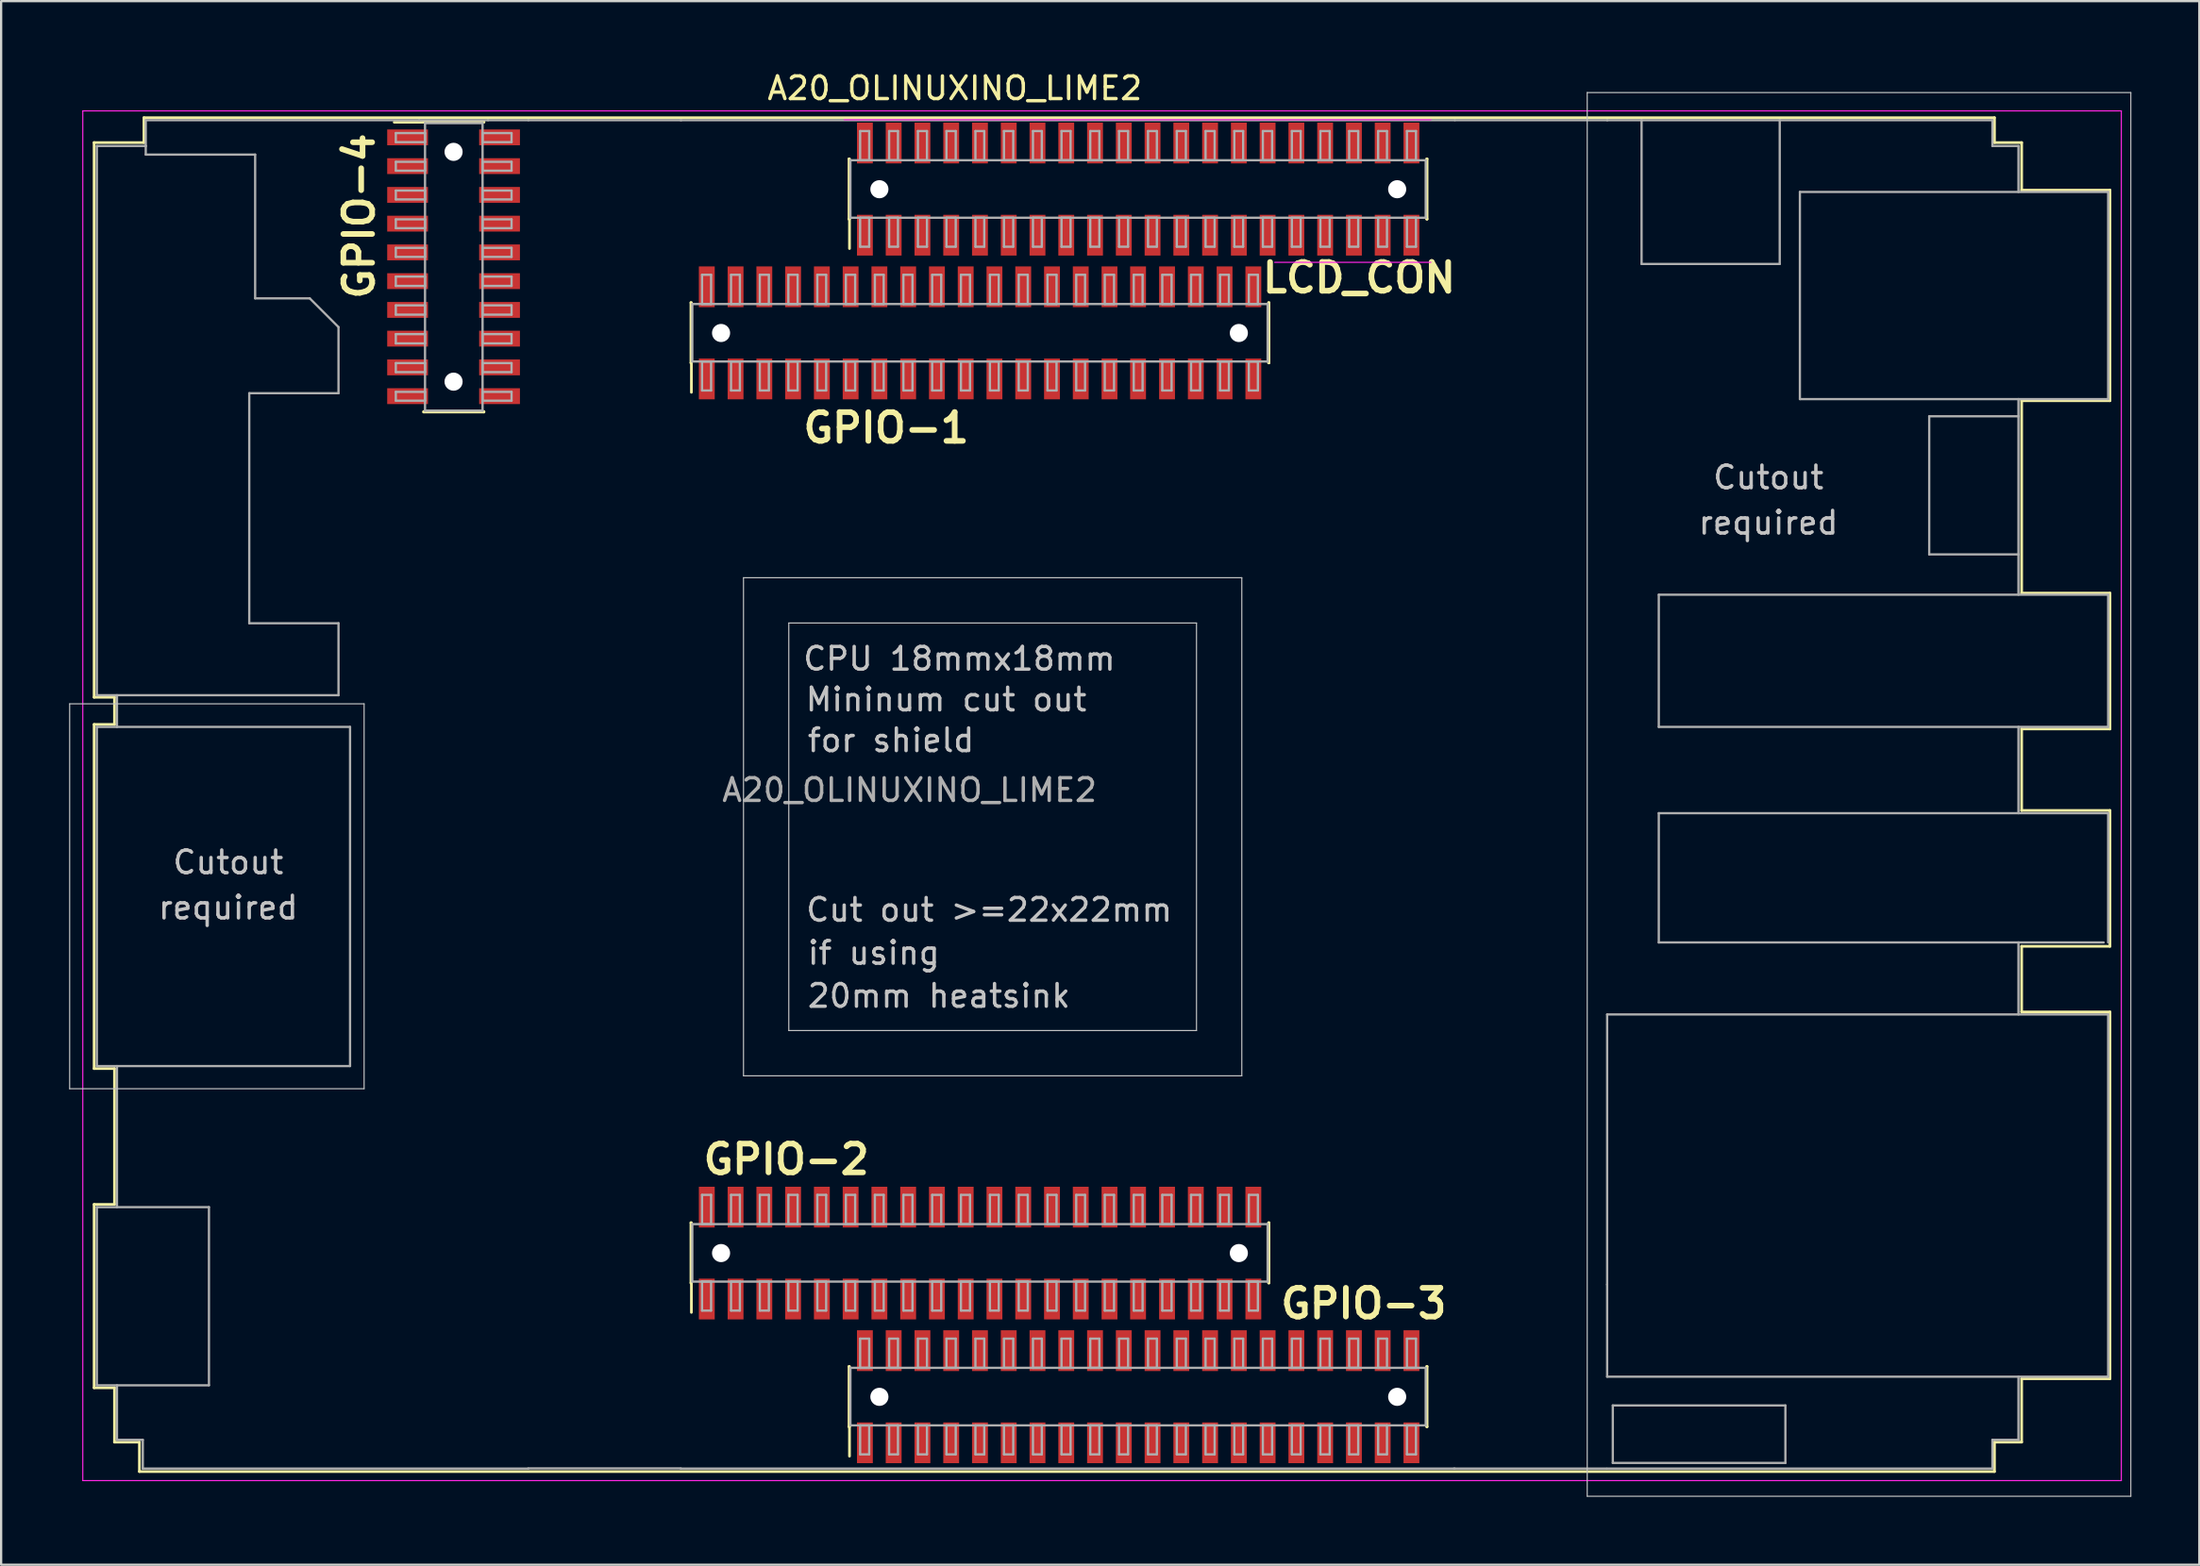
<source format=kicad_pcb>
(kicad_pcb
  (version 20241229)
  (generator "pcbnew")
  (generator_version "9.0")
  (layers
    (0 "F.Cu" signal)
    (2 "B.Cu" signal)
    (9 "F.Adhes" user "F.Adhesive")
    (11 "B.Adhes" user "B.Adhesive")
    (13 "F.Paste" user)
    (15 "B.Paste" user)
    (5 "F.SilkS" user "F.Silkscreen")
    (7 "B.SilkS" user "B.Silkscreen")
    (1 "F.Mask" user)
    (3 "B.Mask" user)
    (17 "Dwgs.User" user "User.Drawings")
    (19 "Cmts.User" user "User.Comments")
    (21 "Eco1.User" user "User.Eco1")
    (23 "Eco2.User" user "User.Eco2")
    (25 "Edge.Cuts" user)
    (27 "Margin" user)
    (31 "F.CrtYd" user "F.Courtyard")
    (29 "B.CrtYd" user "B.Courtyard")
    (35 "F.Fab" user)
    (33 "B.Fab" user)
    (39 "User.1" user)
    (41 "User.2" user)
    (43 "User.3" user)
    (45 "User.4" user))
  (footprint "A20_OLINUXINO_LIME2"
    (layer "F.Cu")
    (at 37.105 31.848)
    (property "Reference" "A20_OLINUXINO_LIME2" (at 2 -31 0) (layer "F.SilkS") (effects (font (size 1 1) (thickness 0.15))))
    (attr smd)
    (fp_line (start -36 -28.6) (end -36 -4.1) (stroke (width 0.12) (type solid)) (layer "F.SilkS"))
    (fp_line (start -36 -4.1) (end -35.1 -4.1) (stroke (width 0.12) (type solid)) (layer "F.SilkS"))
    (fp_line (start -36 -2.9) (end -36 12.3) (stroke (width 0.12) (type solid)) (layer "F.SilkS"))
    (fp_line (start -36 12.3) (end -35.1 12.3) (stroke (width 0.12) (type solid)) (layer "F.SilkS"))
    (fp_line (start -36 18.3) (end -36 26.4) (stroke (width 0.12) (type solid)) (layer "F.SilkS"))
    (fp_line (start -36 26.4) (end -35.1 26.4) (stroke (width 0.12) (type solid)) (layer "F.SilkS"))
    (fp_line (start -35.1 -4.1) (end -35.1 -2.9) (stroke (width 0.12) (type solid)) (layer "F.SilkS"))
    (fp_line (start -35.1 -2.9) (end -36 -2.9) (stroke (width 0.12) (type solid)) (layer "F.SilkS"))
    (fp_line (start -35.1 12.3) (end -35.1 18.3) (stroke (width 0.12) (type solid)) (layer "F.SilkS"))
    (fp_line (start -35.1 18.3) (end -36 18.3) (stroke (width 0.12) (type solid)) (layer "F.SilkS"))
    (fp_line (start -35.1 26.4) (end -35.1 28.8) (stroke (width 0.12) (type solid)) (layer "F.SilkS"))
    (fp_line (start -35.1 28.8) (end -34 28.8) (stroke (width 0.12) (type solid)) (layer "F.SilkS"))
    (fp_line (start -34 28.8) (end -34 30.1) (stroke (width 0.12) (type solid)) (layer "F.SilkS"))
    (fp_line (start -34 30.1) (end 47.9 30.1) (stroke (width 0.12) (type solid)) (layer "F.SilkS"))
    (fp_line (start -33.8 -29.7) (end -33.8 -28.6) (stroke (width 0.12) (type solid)) (layer "F.SilkS"))
    (fp_line (start -33.8 -28.6) (end -36 -28.6) (stroke (width 0.12) (type solid)) (layer "F.SilkS"))
    (fp_line (start -22.75 -29.5) (end -21.45 -29.5) (stroke (width 0.12) (type solid)) (layer "F.SilkS"))
    (fp_line (start -21.45 -29.52) (end -18.79 -29.52) (stroke (width 0.12) (type solid)) (layer "F.SilkS"))
    (fp_line (start -21.45 -29.5) (end -21.45 -29.52) (stroke (width 0.12) (type solid)) (layer "F.SilkS"))
    (fp_line (start -21.45 -16.72) (end -21.45 -16.7) (stroke (width 0.12) (type solid)) (layer "F.SilkS"))
    (fp_line (start -21.45 -16.7) (end -18.79 -16.7) (stroke (width 0.12) (type solid)) (layer "F.SilkS"))
    (fp_line (start -18.79 -29.52) (end -18.79 -29.5) (stroke (width 0.12) (type solid)) (layer "F.SilkS"))
    (fp_line (start -18.79 -16.7) (end -18.79 -16.72) (stroke (width 0.12) (type solid)) (layer "F.SilkS"))
    (fp_line (start -9.65 -21.53) (end -9.63 -21.53) (stroke (width 0.12) (type solid)) (layer "F.SilkS"))
    (fp_line (start -9.65 -18.87) (end -9.65 -21.53) (stroke (width 0.12) (type solid)) (layer "F.SilkS"))
    (fp_line (start -9.65 19.11) (end -9.63 19.11) (stroke (width 0.12) (type solid)) (layer "F.SilkS"))
    (fp_line (start -9.65 21.77) (end -9.65 19.11) (stroke (width 0.12) (type solid)) (layer "F.SilkS"))
    (fp_line (start -9.63 -18.87) (end -9.65 -18.87) (stroke (width 0.12) (type solid)) (layer "F.SilkS"))
    (fp_line (start -9.63 -17.57) (end -9.63 -18.87) (stroke (width 0.12) (type solid)) (layer "F.SilkS"))
    (fp_line (start -9.63 21.77) (end -9.65 21.77) (stroke (width 0.12) (type solid)) (layer "F.SilkS"))
    (fp_line (start -9.63 23.07) (end -9.63 21.77) (stroke (width 0.12) (type solid)) (layer "F.SilkS"))
    (fp_line (start -2.67 -27.88) (end -2.65 -27.88) (stroke (width 0.12) (type solid)) (layer "F.SilkS"))
    (fp_line (start -2.67 -25.22) (end -2.67 -27.88) (stroke (width 0.12) (type solid)) (layer "F.SilkS"))
    (fp_line (start -2.67 25.46) (end -2.65 25.46) (stroke (width 0.12) (type solid)) (layer "F.SilkS"))
    (fp_line (start -2.67 28.12) (end -2.67 25.46) (stroke (width 0.12) (type solid)) (layer "F.SilkS"))
    (fp_line (start -2.65 -25.22) (end -2.67 -25.22) (stroke (width 0.12) (type solid)) (layer "F.SilkS"))
    (fp_line (start -2.65 -23.92) (end -2.65 -25.22) (stroke (width 0.12) (type solid)) (layer "F.SilkS"))
    (fp_line (start -2.65 28.12) (end -2.67 28.12) (stroke (width 0.12) (type solid)) (layer "F.SilkS"))
    (fp_line (start -2.65 29.42) (end -2.65 28.12) (stroke (width 0.12) (type solid)) (layer "F.SilkS"))
    (fp_line (start 15.85 -18.87) (end 15.87 -18.87) (stroke (width 0.12) (type solid)) (layer "F.SilkS"))
    (fp_line (start 15.85 21.77) (end 15.87 21.77) (stroke (width 0.12) (type solid)) (layer "F.SilkS"))
    (fp_line (start 15.87 -21.53) (end 15.85 -21.53) (stroke (width 0.12) (type solid)) (layer "F.SilkS"))
    (fp_line (start 15.87 -18.87) (end 15.87 -21.53) (stroke (width 0.12) (type solid)) (layer "F.SilkS"))
    (fp_line (start 15.87 19.11) (end 15.85 19.11) (stroke (width 0.12) (type solid)) (layer "F.SilkS"))
    (fp_line (start 15.87 21.77) (end 15.87 19.11) (stroke (width 0.12) (type solid)) (layer "F.SilkS"))
    (fp_line (start 22.83 -25.22) (end 22.85 -25.22) (stroke (width 0.12) (type solid)) (layer "F.SilkS"))
    (fp_line (start 22.83 28.12) (end 22.85 28.12) (stroke (width 0.12) (type solid)) (layer "F.SilkS"))
    (fp_line (start 22.85 -27.88) (end 22.83 -27.88) (stroke (width 0.12) (type solid)) (layer "F.SilkS"))
    (fp_line (start 22.85 -25.22) (end 22.85 -27.88) (stroke (width 0.12) (type solid)) (layer "F.SilkS"))
    (fp_line (start 22.85 25.46) (end 22.83 25.46) (stroke (width 0.12) (type solid)) (layer "F.SilkS"))
    (fp_line (start 22.85 28.12) (end 22.85 25.46) (stroke (width 0.12) (type solid)) (layer "F.SilkS"))
    (fp_line (start 47.9 -29.7) (end -33.8 -29.7) (stroke (width 0.12) (type solid)) (layer "F.SilkS"))
    (fp_line (start 47.9 -28.6) (end 47.9 -29.7) (stroke (width 0.12) (type solid)) (layer "F.SilkS"))
    (fp_line (start 47.9 28.8) (end 49.1 28.8) (stroke (width 0.12) (type solid)) (layer "F.SilkS"))
    (fp_line (start 47.9 30.1) (end 47.9 28.8) (stroke (width 0.12) (type solid)) (layer "F.SilkS"))
    (fp_line (start 49.1 -28.6) (end 47.9 -28.6) (stroke (width 0.12) (type solid)) (layer "F.SilkS"))
    (fp_line (start 49.1 -26.5) (end 49.1 -28.6) (stroke (width 0.12) (type solid)) (layer "F.SilkS"))
    (fp_line (start 49.1 -17.2) (end 53 -17.2) (stroke (width 0.12) (type solid)) (layer "F.SilkS"))
    (fp_line (start 49.1 -8.7) (end 49.1 -17.2) (stroke (width 0.12) (type solid)) (layer "F.SilkS"))
    (fp_line (start 49.1 -2.7) (end 53 -2.7) (stroke (width 0.12) (type solid)) (layer "F.SilkS"))
    (fp_line (start 49.1 0.9) (end 49.1 -2.7) (stroke (width 0.12) (type solid)) (layer "F.SilkS"))
    (fp_line (start 49.1 6.9) (end 53 6.9) (stroke (width 0.12) (type solid)) (layer "F.SilkS"))
    (fp_line (start 49.1 9.8) (end 49.1 6.9) (stroke (width 0.12) (type solid)) (layer "F.SilkS"))
    (fp_line (start 49.1 26) (end 53 26) (stroke (width 0.12) (type solid)) (layer "F.SilkS"))
    (fp_line (start 49.1 28.8) (end 49.1 26) (stroke (width 0.12) (type solid)) (layer "F.SilkS"))
    (fp_line (start 53 -26.5) (end 49.1 -26.5) (stroke (width 0.12) (type solid)) (layer "F.SilkS"))
    (fp_line (start 53 -17.2) (end 53 -26.5) (stroke (width 0.12) (type solid)) (layer "F.SilkS"))
    (fp_line (start 53 -8.7) (end 49.1 -8.7) (stroke (width 0.12) (type solid)) (layer "F.SilkS"))
    (fp_line (start 53 -2.7) (end 53 -8.7) (stroke (width 0.12) (type solid)) (layer "F.SilkS"))
    (fp_line (start 53 0.9) (end 49.1 0.9) (stroke (width 0.12) (type solid)) (layer "F.SilkS"))
    (fp_line (start 53 6.9) (end 53 0.9) (stroke (width 0.12) (type solid)) (layer "F.SilkS"))
    (fp_line (start 53 9.8) (end 49.1 9.8) (stroke (width 0.12) (type solid)) (layer "F.SilkS"))
    (fp_line (start 53 26) (end 53 9.8) (stroke (width 0.12) (type solid)) (layer "F.SilkS"))
    (fp_line (start -37.08 -3.81) (end -37.08 13.19) (stroke (width 0.05) (type solid)) (layer "Dwgs.User"))
    (fp_line (start -37.08 13.19) (end -24.08 13.19) (stroke (width 0.05) (type solid)) (layer "Dwgs.User"))
    (fp_line (start -24.08 -3.81) (end -37.08 -3.81) (stroke (width 0.05) (type solid)) (layer "Dwgs.User"))
    (fp_line (start -24.08 13.19) (end -24.08 -3.81) (stroke (width 0.05) (type solid)) (layer "Dwgs.User"))
    (fp_line (start -7.33 -9.38) (end -7.33 12.62) (stroke (width 0.05) (type solid)) (layer "Dwgs.User"))
    (fp_line (start -7.33 12.62) (end 14.67 12.62) (stroke (width 0.05) (type solid)) (layer "Dwgs.User"))
    (fp_line (start -5.33 -7.38) (end -5.33 10.62) (stroke (width 0.05) (type solid)) (layer "Dwgs.User"))
    (fp_line (start -5.33 10.62) (end 12.67 10.62) (stroke (width 0.05) (type solid)) (layer "Dwgs.User"))
    (fp_line (start 12.67 -7.38) (end -5.33 -7.38) (stroke (width 0.05) (type solid)) (layer "Dwgs.User"))
    (fp_line (start 12.67 10.62) (end 12.67 -7.38) (stroke (width 0.05) (type solid)) (layer "Dwgs.User"))
    (fp_line (start 14.67 -9.38) (end -7.33 -9.38) (stroke (width 0.05) (type solid)) (layer "Dwgs.User"))
    (fp_line (start 14.67 12.62) (end 14.67 -9.38) (stroke (width 0.05) (type solid)) (layer "Dwgs.User"))
    (fp_line (start 29.92 -30.81) (end 53.92 -30.81) (stroke (width 0.05) (type solid)) (layer "Dwgs.User"))
    (fp_line (start 29.92 31.19) (end 29.92 -30.81) (stroke (width 0.05) (type solid)) (layer "Dwgs.User"))
    (fp_line (start 53.92 -30.81) (end 53.92 31.19) (stroke (width 0.05) (type solid)) (layer "Dwgs.User"))
    (fp_line (start 53.92 31.19) (end 29.92 31.19) (stroke (width 0.05) (type solid)) (layer "Dwgs.User"))
    (fp_line (start -36.5 -30) (end -36.5 30.5) (stroke (width 0.05) (type solid)) (layer "F.CrtYd"))
    (fp_line (start -36.5 30.5) (end 53.5 30.5) (stroke (width 0.05) (type solid)) (layer "F.CrtYd"))
    (fp_line (start 16.12 -23.31) (end 23.02 -23.31) (stroke (width 0.05) (type solid)) (layer "F.CrtYd"))
    (fp_line (start 23.02 -29.61) (end -2.88 -29.61) (stroke (width 0.05) (type solid)) (layer "F.CrtYd"))
    (fp_line (start 53.5 -30) (end -36.5 -30) (stroke (width 0.05) (type solid)) (layer "F.CrtYd"))
    (fp_line (start 53.5 30.5) (end 53.5 -30) (stroke (width 0.05) (type solid)) (layer "F.CrtYd"))
    (fp_line (start -35.88 -28.45) (end -33.72 -28.45) (stroke (width 0.1) (type solid)) (layer "F.Fab"))
    (fp_line (start -35.88 -4.19) (end -35.88 -28.45) (stroke (width 0.1) (type solid)) (layer "F.Fab"))
    (fp_line (start -35.88 -4.19) (end -25.21 -4.19) (stroke (width 0.1) (type solid)) (layer "F.Fab"))
    (fp_line (start -35.88 12.19) (end -35.88 -2.79) (stroke (width 0.1) (type solid)) (layer "F.Fab"))
    (fp_line (start -35.88 12.19) (end -24.7 12.19) (stroke (width 0.1) (type solid)) (layer "F.Fab"))
    (fp_line (start -35.88 26.29) (end -35.88 18.42) (stroke (width 0.1) (type solid)) (layer "F.Fab"))
    (fp_line (start -35.88 26.29) (end -30.93 26.29) (stroke (width 0.1) (type solid)) (layer "F.Fab"))
    (fp_line (start -34.99 -2.79) (end -34.99 -4.19) (stroke (width 0.1) (type solid)) (layer "F.Fab"))
    (fp_line (start -34.99 18.42) (end -34.99 12.19) (stroke (width 0.1) (type solid)) (layer "F.Fab"))
    (fp_line (start -34.99 28.7) (end -34.99 26.29) (stroke (width 0.1) (type solid)) (layer "F.Fab"))
    (fp_line (start -33.85 28.7) (end -34.99 28.7) (stroke (width 0.1) (type solid)) (layer "F.Fab"))
    (fp_line (start -33.85 29.97) (end -33.85 28.7) (stroke (width 0.1) (type solid)) (layer "F.Fab"))
    (fp_line (start -33.72 -29.59) (end -21.65 -29.59) (stroke (width 0.1) (type solid)) (layer "F.Fab"))
    (fp_line (start -33.72 -28.45) (end -33.72 -29.59) (stroke (width 0.1) (type solid)) (layer "F.Fab"))
    (fp_line (start -33.72 -28.07) (end -33.72 -28.45) (stroke (width 0.1) (type solid)) (layer "F.Fab"))
    (fp_line (start -30.93 18.42) (end -35.88 18.42) (stroke (width 0.1) (type solid)) (layer "F.Fab"))
    (fp_line (start -30.93 26.29) (end -30.93 18.42) (stroke (width 0.1) (type solid)) (layer "F.Fab"))
    (fp_line (start -29.15 -17.53) (end -25.21 -17.53) (stroke (width 0.1) (type solid)) (layer "F.Fab"))
    (fp_line (start -29.15 -7.37) (end -29.15 -17.53) (stroke (width 0.1) (type solid)) (layer "F.Fab"))
    (fp_line (start -28.89 -28.07) (end -33.72 -28.07) (stroke (width 0.1) (type solid)) (layer "F.Fab"))
    (fp_line (start -28.89 -21.72) (end -28.89 -28.07) (stroke (width 0.1) (type solid)) (layer "F.Fab"))
    (fp_line (start -26.48 -21.72) (end -28.89 -21.72) (stroke (width 0.1) (type solid)) (layer "F.Fab"))
    (fp_line (start -25.21 -20.45) (end -26.48 -21.72) (stroke (width 0.1) (type solid)) (layer "F.Fab"))
    (fp_line (start -25.21 -17.53) (end -25.21 -20.45) (stroke (width 0.1) (type solid)) (layer "F.Fab"))
    (fp_line (start -25.21 -7.37) (end -29.15 -7.37) (stroke (width 0.1) (type solid)) (layer "F.Fab"))
    (fp_line (start -25.21 -4.19) (end -25.21 -7.37) (stroke (width 0.1) (type solid)) (layer "F.Fab"))
    (fp_line (start -24.7 -2.79) (end -35.88 -2.79) (stroke (width 0.1) (type solid)) (layer "F.Fab"))
    (fp_line (start -24.7 12.19) (end -24.7 -2.79) (stroke (width 0.1) (type solid)) (layer "F.Fab"))
    (fp_line (start -22.68 -29.02) (end -21.39 -29.02) (stroke (width 0.1) (type solid)) (layer "F.Fab"))
    (fp_line (start -22.68 -28.62) (end -22.68 -29.02) (stroke (width 0.1) (type solid)) (layer "F.Fab"))
    (fp_line (start -22.68 -27.75) (end -21.39 -27.75) (stroke (width 0.1) (type solid)) (layer "F.Fab"))
    (fp_line (start -22.68 -27.36) (end -22.68 -27.75) (stroke (width 0.1) (type solid)) (layer "F.Fab"))
    (fp_line (start -22.68 -26.48) (end -21.39 -26.48) (stroke (width 0.1) (type solid)) (layer "F.Fab"))
    (fp_line (start -22.68 -26.09) (end -22.68 -26.48) (stroke (width 0.1) (type solid)) (layer "F.Fab"))
    (fp_line (start -22.68 -25.21) (end -21.39 -25.21) (stroke (width 0.1) (type solid)) (layer "F.Fab"))
    (fp_line (start -22.68 -24.82) (end -22.68 -25.21) (stroke (width 0.1) (type solid)) (layer "F.Fab"))
    (fp_line (start -22.68 -23.95) (end -21.39 -23.95) (stroke (width 0.1) (type solid)) (layer "F.Fab"))
    (fp_line (start -22.68 -23.55) (end -22.68 -23.95) (stroke (width 0.1) (type solid)) (layer "F.Fab"))
    (fp_line (start -22.68 -22.68) (end -21.39 -22.68) (stroke (width 0.1) (type solid)) (layer "F.Fab"))
    (fp_line (start -22.68 -22.27) (end -22.68 -22.68) (stroke (width 0.1) (type solid)) (layer "F.Fab"))
    (fp_line (start -22.68 -21.41) (end -21.39 -21.41) (stroke (width 0.1) (type solid)) (layer "F.Fab"))
    (fp_line (start -22.68 -21) (end -22.68 -21.41) (stroke (width 0.1) (type solid)) (layer "F.Fab"))
    (fp_line (start -22.68 -20.14) (end -21.39 -20.14) (stroke (width 0.1) (type solid)) (layer "F.Fab"))
    (fp_line (start -22.68 -19.73) (end -22.68 -20.14) (stroke (width 0.1) (type solid)) (layer "F.Fab"))
    (fp_line (start -22.68 -18.86) (end -21.39 -18.86) (stroke (width 0.1) (type solid)) (layer "F.Fab"))
    (fp_line (start -22.68 -18.46) (end -22.68 -18.86) (stroke (width 0.1) (type solid)) (layer "F.Fab"))
    (fp_line (start -22.68 -17.59) (end -21.39 -17.59) (stroke (width 0.1) (type solid)) (layer "F.Fab"))
    (fp_line (start -22.68 -17.2) (end -22.68 -17.59) (stroke (width 0.1) (type solid)) (layer "F.Fab"))
    (fp_line (start -21.65 -29.59) (end -18.61 -29.59) (stroke (width 0.1) (type solid)) (layer "F.Fab"))
    (fp_line (start -21.39 -29.46) (end -21.39 -16.76) (stroke (width 0.1) (type solid)) (layer "F.Fab"))
    (fp_line (start -21.39 -29.02) (end -21.39 -28.62) (stroke (width 0.1) (type solid)) (layer "F.Fab"))
    (fp_line (start -21.39 -28.62) (end -22.68 -28.62) (stroke (width 0.1) (type solid)) (layer "F.Fab"))
    (fp_line (start -21.39 -27.75) (end -21.39 -27.36) (stroke (width 0.1) (type solid)) (layer "F.Fab"))
    (fp_line (start -21.39 -27.36) (end -22.68 -27.36) (stroke (width 0.1) (type solid)) (layer "F.Fab"))
    (fp_line (start -21.39 -26.48) (end -21.39 -26.09) (stroke (width 0.1) (type solid)) (layer "F.Fab"))
    (fp_line (start -21.39 -26.09) (end -22.68 -26.09) (stroke (width 0.1) (type solid)) (layer "F.Fab"))
    (fp_line (start -21.39 -25.21) (end -21.39 -24.82) (stroke (width 0.1) (type solid)) (layer "F.Fab"))
    (fp_line (start -21.39 -24.82) (end -22.68 -24.82) (stroke (width 0.1) (type solid)) (layer "F.Fab"))
    (fp_line (start -21.39 -23.95) (end -21.39 -23.55) (stroke (width 0.1) (type solid)) (layer "F.Fab"))
    (fp_line (start -21.39 -23.55) (end -22.68 -23.55) (stroke (width 0.1) (type solid)) (layer "F.Fab"))
    (fp_line (start -21.39 -22.68) (end -21.39 -22.27) (stroke (width 0.1) (type solid)) (layer "F.Fab"))
    (fp_line (start -21.39 -22.27) (end -22.68 -22.27) (stroke (width 0.1) (type solid)) (layer "F.Fab"))
    (fp_line (start -21.39 -21.41) (end -21.39 -21) (stroke (width 0.1) (type solid)) (layer "F.Fab"))
    (fp_line (start -21.39 -21) (end -22.68 -21) (stroke (width 0.1) (type solid)) (layer "F.Fab"))
    (fp_line (start -21.39 -20.14) (end -21.39 -19.73) (stroke (width 0.1) (type solid)) (layer "F.Fab"))
    (fp_line (start -21.39 -19.73) (end -22.68 -19.73) (stroke (width 0.1) (type solid)) (layer "F.Fab"))
    (fp_line (start -21.39 -18.86) (end -21.39 -18.46) (stroke (width 0.1) (type solid)) (layer "F.Fab"))
    (fp_line (start -21.39 -18.46) (end -22.68 -18.46) (stroke (width 0.1) (type solid)) (layer "F.Fab"))
    (fp_line (start -21.39 -17.59) (end -21.39 -17.2) (stroke (width 0.1) (type solid)) (layer "F.Fab"))
    (fp_line (start -21.39 -17.2) (end -22.68 -17.2) (stroke (width 0.1) (type solid)) (layer "F.Fab"))
    (fp_line (start -21.39 -16.76) (end -18.85 -16.76) (stroke (width 0.1) (type solid)) (layer "F.Fab"))
    (fp_line (start -18.85 -29.46) (end -21.39 -29.46) (stroke (width 0.1) (type solid)) (layer "F.Fab"))
    (fp_line (start -18.85 -29.02) (end -18.85 -28.62) (stroke (width 0.1) (type solid)) (layer "F.Fab"))
    (fp_line (start -18.85 -28.62) (end -17.57 -28.62) (stroke (width 0.1) (type solid)) (layer "F.Fab"))
    (fp_line (start -18.85 -27.75) (end -18.85 -27.36) (stroke (width 0.1) (type solid)) (layer "F.Fab"))
    (fp_line (start -18.85 -27.36) (end -17.57 -27.36) (stroke (width 0.1) (type solid)) (layer "F.Fab"))
    (fp_line (start -18.85 -26.48) (end -18.85 -26.09) (stroke (width 0.1) (type solid)) (layer "F.Fab"))
    (fp_line (start -18.85 -26.09) (end -17.57 -26.09) (stroke (width 0.1) (type solid)) (layer "F.Fab"))
    (fp_line (start -18.85 -25.21) (end -18.85 -24.82) (stroke (width 0.1) (type solid)) (layer "F.Fab"))
    (fp_line (start -18.85 -24.82) (end -17.57 -24.82) (stroke (width 0.1) (type solid)) (layer "F.Fab"))
    (fp_line (start -18.85 -23.95) (end -18.85 -23.55) (stroke (width 0.1) (type solid)) (layer "F.Fab"))
    (fp_line (start -18.85 -23.55) (end -17.57 -23.55) (stroke (width 0.1) (type solid)) (layer "F.Fab"))
    (fp_line (start -18.85 -22.68) (end -18.85 -22.27) (stroke (width 0.1) (type solid)) (layer "F.Fab"))
    (fp_line (start -18.85 -22.27) (end -17.57 -22.27) (stroke (width 0.1) (type solid)) (layer "F.Fab"))
    (fp_line (start -18.85 -21.41) (end -18.85 -21) (stroke (width 0.1) (type solid)) (layer "F.Fab"))
    (fp_line (start -18.85 -21) (end -17.57 -21) (stroke (width 0.1) (type solid)) (layer "F.Fab"))
    (fp_line (start -18.85 -20.14) (end -18.85 -19.73) (stroke (width 0.1) (type solid)) (layer "F.Fab"))
    (fp_line (start -18.85 -19.73) (end -17.57 -19.73) (stroke (width 0.1) (type solid)) (layer "F.Fab"))
    (fp_line (start -18.85 -18.86) (end -18.85 -18.46) (stroke (width 0.1) (type solid)) (layer "F.Fab"))
    (fp_line (start -18.85 -18.46) (end -17.57 -18.46) (stroke (width 0.1) (type solid)) (layer "F.Fab"))
    (fp_line (start -18.85 -17.59) (end -18.85 -17.2) (stroke (width 0.1) (type solid)) (layer "F.Fab"))
    (fp_line (start -18.85 -17.2) (end -17.57 -17.2) (stroke (width 0.1) (type solid)) (layer "F.Fab"))
    (fp_line (start -18.85 -16.76) (end -18.85 -29.46) (stroke (width 0.1) (type solid)) (layer "F.Fab"))
    (fp_line (start -18.61 -29.59) (end -16.83 -29.59) (stroke (width 0.1) (type solid)) (layer "F.Fab"))
    (fp_line (start -17.57 -29.02) (end -18.85 -29.02) (stroke (width 0.1) (type solid)) (layer "F.Fab"))
    (fp_line (start -17.57 -28.62) (end -17.57 -29.02) (stroke (width 0.1) (type solid)) (layer "F.Fab"))
    (fp_line (start -17.57 -27.75) (end -18.85 -27.75) (stroke (width 0.1) (type solid)) (layer "F.Fab"))
    (fp_line (start -17.57 -27.36) (end -17.57 -27.75) (stroke (width 0.1) (type solid)) (layer "F.Fab"))
    (fp_line (start -17.57 -26.48) (end -18.85 -26.48) (stroke (width 0.1) (type solid)) (layer "F.Fab"))
    (fp_line (start -17.57 -26.09) (end -17.57 -26.48) (stroke (width 0.1) (type solid)) (layer "F.Fab"))
    (fp_line (start -17.57 -25.21) (end -18.85 -25.21) (stroke (width 0.1) (type solid)) (layer "F.Fab"))
    (fp_line (start -17.57 -24.82) (end -17.57 -25.21) (stroke (width 0.1) (type solid)) (layer "F.Fab"))
    (fp_line (start -17.57 -23.95) (end -18.85 -23.95) (stroke (width 0.1) (type solid)) (layer "F.Fab"))
    (fp_line (start -17.57 -23.55) (end -17.57 -23.95) (stroke (width 0.1) (type solid)) (layer "F.Fab"))
    (fp_line (start -17.57 -22.68) (end -18.85 -22.68) (stroke (width 0.1) (type solid)) (layer "F.Fab"))
    (fp_line (start -17.57 -22.27) (end -17.57 -22.68) (stroke (width 0.1) (type solid)) (layer "F.Fab"))
    (fp_line (start -17.57 -21.41) (end -18.85 -21.41) (stroke (width 0.1) (type solid)) (layer "F.Fab"))
    (fp_line (start -17.57 -21) (end -17.57 -21.41) (stroke (width 0.1) (type solid)) (layer "F.Fab"))
    (fp_line (start -17.57 -20.14) (end -18.85 -20.14) (stroke (width 0.1) (type solid)) (layer "F.Fab"))
    (fp_line (start -17.57 -19.73) (end -17.57 -20.14) (stroke (width 0.1) (type solid)) (layer "F.Fab"))
    (fp_line (start -17.57 -18.86) (end -18.85 -18.86) (stroke (width 0.1) (type solid)) (layer "F.Fab"))
    (fp_line (start -17.57 -18.46) (end -17.57 -18.86) (stroke (width 0.1) (type solid)) (layer "F.Fab"))
    (fp_line (start -17.57 -17.59) (end -18.85 -17.59) (stroke (width 0.1) (type solid)) (layer "F.Fab"))
    (fp_line (start -17.57 -17.2) (end -17.57 -17.59) (stroke (width 0.1) (type solid)) (layer "F.Fab"))
    (fp_line (start -16.83 29.97) (end -33.85 29.97) (stroke (width 0.1) (type solid)) (layer "F.Fab"))
    (fp_line (start -16.82 -29.59) (end -10.08 -29.59) (stroke (width 0.1) (type solid)) (layer "F.Fab"))
    (fp_line (start -10.1 -29.59) (end 24.07 -29.59) (stroke (width 0.1) (type solid)) (layer "F.Fab"))
    (fp_line (start -10.1 29.96) (end -16.83 29.96) (stroke (width 0.1) (type solid)) (layer "F.Fab"))
    (fp_line (start -9.59 -21.47) (end -9.59 -18.93) (stroke (width 0.1) (type solid)) (layer "F.Fab"))
    (fp_line (start -9.59 -18.93) (end 15.81 -18.93) (stroke (width 0.1) (type solid)) (layer "F.Fab"))
    (fp_line (start -9.59 19.17) (end -9.59 21.71) (stroke (width 0.1) (type solid)) (layer "F.Fab"))
    (fp_line (start -9.59 21.71) (end 15.81 21.71) (stroke (width 0.1) (type solid)) (layer "F.Fab"))
    (fp_line (start -9.16 -22.76) (end -9.16 -21.47) (stroke (width 0.1) (type solid)) (layer "F.Fab"))
    (fp_line (start -9.16 -21.47) (end -8.76 -21.47) (stroke (width 0.1) (type solid)) (layer "F.Fab"))
    (fp_line (start -9.16 -18.93) (end -8.76 -18.93) (stroke (width 0.1) (type solid)) (layer "F.Fab"))
    (fp_line (start -9.16 -17.65) (end -9.16 -18.93) (stroke (width 0.1) (type solid)) (layer "F.Fab"))
    (fp_line (start -9.16 17.88) (end -9.16 19.17) (stroke (width 0.1) (type solid)) (layer "F.Fab"))
    (fp_line (start -9.16 19.17) (end -8.76 19.17) (stroke (width 0.1) (type solid)) (layer "F.Fab"))
    (fp_line (start -9.16 21.71) (end -8.76 21.71) (stroke (width 0.1) (type solid)) (layer "F.Fab"))
    (fp_line (start -9.16 22.99) (end -9.16 21.71) (stroke (width 0.1) (type solid)) (layer "F.Fab"))
    (fp_line (start -8.76 -22.76) (end -9.16 -22.76) (stroke (width 0.1) (type solid)) (layer "F.Fab"))
    (fp_line (start -8.76 -21.47) (end -8.76 -22.76) (stroke (width 0.1) (type solid)) (layer "F.Fab"))
    (fp_line (start -8.76 -18.93) (end -8.76 -17.65) (stroke (width 0.1) (type solid)) (layer "F.Fab"))
    (fp_line (start -8.76 -17.65) (end -9.16 -17.65) (stroke (width 0.1) (type solid)) (layer "F.Fab"))
    (fp_line (start -8.76 17.88) (end -9.16 17.88) (stroke (width 0.1) (type solid)) (layer "F.Fab"))
    (fp_line (start -8.76 19.17) (end -8.76 17.88) (stroke (width 0.1) (type solid)) (layer "F.Fab"))
    (fp_line (start -8.76 21.71) (end -8.76 22.99) (stroke (width 0.1) (type solid)) (layer "F.Fab"))
    (fp_line (start -8.76 22.99) (end -9.16 22.99) (stroke (width 0.1) (type solid)) (layer "F.Fab"))
    (fp_line (start -7.88 -22.76) (end -7.88 -21.47) (stroke (width 0.1) (type solid)) (layer "F.Fab"))
    (fp_line (start -7.88 -21.47) (end -7.49 -21.47) (stroke (width 0.1) (type solid)) (layer "F.Fab"))
    (fp_line (start -7.88 -18.93) (end -7.49 -18.93) (stroke (width 0.1) (type solid)) (layer "F.Fab"))
    (fp_line (start -7.88 -17.65) (end -7.88 -18.93) (stroke (width 0.1) (type solid)) (layer "F.Fab"))
    (fp_line (start -7.88 17.88) (end -7.88 19.17) (stroke (width 0.1) (type solid)) (layer "F.Fab"))
    (fp_line (start -7.88 19.17) (end -7.49 19.17) (stroke (width 0.1) (type solid)) (layer "F.Fab"))
    (fp_line (start -7.88 21.71) (end -7.49 21.71) (stroke (width 0.1) (type solid)) (layer "F.Fab"))
    (fp_line (start -7.88 22.99) (end -7.88 21.71) (stroke (width 0.1) (type solid)) (layer "F.Fab"))
    (fp_line (start -7.49 -22.76) (end -7.88 -22.76) (stroke (width 0.1) (type solid)) (layer "F.Fab"))
    (fp_line (start -7.49 -21.47) (end -7.49 -22.76) (stroke (width 0.1) (type solid)) (layer "F.Fab"))
    (fp_line (start -7.49 -18.93) (end -7.49 -17.65) (stroke (width 0.1) (type solid)) (layer "F.Fab"))
    (fp_line (start -7.49 -17.65) (end -7.88 -17.65) (stroke (width 0.1) (type solid)) (layer "F.Fab"))
    (fp_line (start -7.49 17.88) (end -7.88 17.88) (stroke (width 0.1) (type solid)) (layer "F.Fab"))
    (fp_line (start -7.49 19.17) (end -7.49 17.88) (stroke (width 0.1) (type solid)) (layer "F.Fab"))
    (fp_line (start -7.49 21.71) (end -7.49 22.99) (stroke (width 0.1) (type solid)) (layer "F.Fab"))
    (fp_line (start -7.49 22.99) (end -7.88 22.99) (stroke (width 0.1) (type solid)) (layer "F.Fab"))
    (fp_line (start -6.61 -22.76) (end -6.61 -21.47) (stroke (width 0.1) (type solid)) (layer "F.Fab"))
    (fp_line (start -6.61 -21.47) (end -6.21 -21.47) (stroke (width 0.1) (type solid)) (layer "F.Fab"))
    (fp_line (start -6.61 -18.93) (end -6.21 -18.93) (stroke (width 0.1) (type solid)) (layer "F.Fab"))
    (fp_line (start -6.61 -17.65) (end -6.61 -18.93) (stroke (width 0.1) (type solid)) (layer "F.Fab"))
    (fp_line (start -6.61 17.88) (end -6.61 19.17) (stroke (width 0.1) (type solid)) (layer "F.Fab"))
    (fp_line (start -6.61 19.17) (end -6.21 19.17) (stroke (width 0.1) (type solid)) (layer "F.Fab"))
    (fp_line (start -6.61 21.71) (end -6.21 21.71) (stroke (width 0.1) (type solid)) (layer "F.Fab"))
    (fp_line (start -6.61 22.99) (end -6.61 21.71) (stroke (width 0.1) (type solid)) (layer "F.Fab"))
    (fp_line (start -6.21 -22.76) (end -6.61 -22.76) (stroke (width 0.1) (type solid)) (layer "F.Fab"))
    (fp_line (start -6.21 -21.47) (end -6.21 -22.76) (stroke (width 0.1) (type solid)) (layer "F.Fab"))
    (fp_line (start -6.21 -18.93) (end -6.21 -17.65) (stroke (width 0.1) (type solid)) (layer "F.Fab"))
    (fp_line (start -6.21 -17.65) (end -6.61 -17.65) (stroke (width 0.1) (type solid)) (layer "F.Fab"))
    (fp_line (start -6.21 17.88) (end -6.61 17.88) (stroke (width 0.1) (type solid)) (layer "F.Fab"))
    (fp_line (start -6.21 19.17) (end -6.21 17.88) (stroke (width 0.1) (type solid)) (layer "F.Fab"))
    (fp_line (start -6.21 21.71) (end -6.21 22.99) (stroke (width 0.1) (type solid)) (layer "F.Fab"))
    (fp_line (start -6.21 22.99) (end -6.61 22.99) (stroke (width 0.1) (type solid)) (layer "F.Fab"))
    (fp_line (start -5.35 -22.76) (end -5.35 -21.47) (stroke (width 0.1) (type solid)) (layer "F.Fab"))
    (fp_line (start -5.35 -21.47) (end -4.94 -21.47) (stroke (width 0.1) (type solid)) (layer "F.Fab"))
    (fp_line (start -5.35 -18.93) (end -4.94 -18.93) (stroke (width 0.1) (type solid)) (layer "F.Fab"))
    (fp_line (start -5.35 -17.65) (end -5.35 -18.93) (stroke (width 0.1) (type solid)) (layer "F.Fab"))
    (fp_line (start -5.35 17.88) (end -5.35 19.17) (stroke (width 0.1) (type solid)) (layer "F.Fab"))
    (fp_line (start -5.35 19.17) (end -4.94 19.17) (stroke (width 0.1) (type solid)) (layer "F.Fab"))
    (fp_line (start -5.35 21.71) (end -4.94 21.71) (stroke (width 0.1) (type solid)) (layer "F.Fab"))
    (fp_line (start -5.35 22.99) (end -5.35 21.71) (stroke (width 0.1) (type solid)) (layer "F.Fab"))
    (fp_line (start -4.94 -22.76) (end -5.35 -22.76) (stroke (width 0.1) (type solid)) (layer "F.Fab"))
    (fp_line (start -4.94 -21.47) (end -4.94 -22.76) (stroke (width 0.1) (type solid)) (layer "F.Fab"))
    (fp_line (start -4.94 -18.93) (end -4.94 -17.65) (stroke (width 0.1) (type solid)) (layer "F.Fab"))
    (fp_line (start -4.94 -17.65) (end -5.35 -17.65) (stroke (width 0.1) (type solid)) (layer "F.Fab"))
    (fp_line (start -4.94 17.88) (end -5.35 17.88) (stroke (width 0.1) (type solid)) (layer "F.Fab"))
    (fp_line (start -4.94 19.17) (end -4.94 17.88) (stroke (width 0.1) (type solid)) (layer "F.Fab"))
    (fp_line (start -4.94 21.71) (end -4.94 22.99) (stroke (width 0.1) (type solid)) (layer "F.Fab"))
    (fp_line (start -4.94 22.99) (end -5.35 22.99) (stroke (width 0.1) (type solid)) (layer "F.Fab"))
    (fp_line (start -4.07 -22.76) (end -4.07 -21.47) (stroke (width 0.1) (type solid)) (layer "F.Fab"))
    (fp_line (start -4.07 -21.47) (end -3.68 -21.47) (stroke (width 0.1) (type solid)) (layer "F.Fab"))
    (fp_line (start -4.07 -18.93) (end -3.68 -18.93) (stroke (width 0.1) (type solid)) (layer "F.Fab"))
    (fp_line (start -4.07 -17.65) (end -4.07 -18.93) (stroke (width 0.1) (type solid)) (layer "F.Fab"))
    (fp_line (start -4.07 17.88) (end -4.07 19.17) (stroke (width 0.1) (type solid)) (layer "F.Fab"))
    (fp_line (start -4.07 19.17) (end -3.68 19.17) (stroke (width 0.1) (type solid)) (layer "F.Fab"))
    (fp_line (start -4.07 21.71) (end -3.68 21.71) (stroke (width 0.1) (type solid)) (layer "F.Fab"))
    (fp_line (start -4.07 22.99) (end -4.07 21.71) (stroke (width 0.1) (type solid)) (layer "F.Fab"))
    (fp_line (start -3.68 -22.76) (end -4.07 -22.76) (stroke (width 0.1) (type solid)) (layer "F.Fab"))
    (fp_line (start -3.68 -21.47) (end -3.68 -22.76) (stroke (width 0.1) (type solid)) (layer "F.Fab"))
    (fp_line (start -3.68 -18.93) (end -3.68 -17.65) (stroke (width 0.1) (type solid)) (layer "F.Fab"))
    (fp_line (start -3.68 -17.65) (end -4.07 -17.65) (stroke (width 0.1) (type solid)) (layer "F.Fab"))
    (fp_line (start -3.68 17.88) (end -4.07 17.88) (stroke (width 0.1) (type solid)) (layer "F.Fab"))
    (fp_line (start -3.68 19.17) (end -3.68 17.88) (stroke (width 0.1) (type solid)) (layer "F.Fab"))
    (fp_line (start -3.68 21.71) (end -3.68 22.99) (stroke (width 0.1) (type solid)) (layer "F.Fab"))
    (fp_line (start -3.68 22.99) (end -4.07 22.99) (stroke (width 0.1) (type solid)) (layer "F.Fab"))
    (fp_line (start -2.81 -22.76) (end -2.81 -21.47) (stroke (width 0.1) (type solid)) (layer "F.Fab"))
    (fp_line (start -2.81 -21.47) (end -2.4 -21.47) (stroke (width 0.1) (type solid)) (layer "F.Fab"))
    (fp_line (start -2.81 -18.93) (end -2.4 -18.93) (stroke (width 0.1) (type solid)) (layer "F.Fab"))
    (fp_line (start -2.81 -17.65) (end -2.81 -18.93) (stroke (width 0.1) (type solid)) (layer "F.Fab"))
    (fp_line (start -2.81 17.88) (end -2.81 19.17) (stroke (width 0.1) (type solid)) (layer "F.Fab"))
    (fp_line (start -2.81 19.17) (end -2.4 19.17) (stroke (width 0.1) (type solid)) (layer "F.Fab"))
    (fp_line (start -2.81 21.71) (end -2.4 21.71) (stroke (width 0.1) (type solid)) (layer "F.Fab"))
    (fp_line (start -2.81 22.99) (end -2.81 21.71) (stroke (width 0.1) (type solid)) (layer "F.Fab"))
    (fp_line (start -2.61 -27.82) (end -2.61 -25.28) (stroke (width 0.1) (type solid)) (layer "F.Fab"))
    (fp_line (start -2.61 -25.28) (end 22.79 -25.28) (stroke (width 0.1) (type solid)) (layer "F.Fab"))
    (fp_line (start -2.61 25.52) (end -2.61 28.06) (stroke (width 0.1) (type solid)) (layer "F.Fab"))
    (fp_line (start -2.61 28.06) (end 22.79 28.06) (stroke (width 0.1) (type solid)) (layer "F.Fab"))
    (fp_line (start -2.4 -22.76) (end -2.81 -22.76) (stroke (width 0.1) (type solid)) (layer "F.Fab"))
    (fp_line (start -2.4 -21.47) (end -2.4 -22.76) (stroke (width 0.1) (type solid)) (layer "F.Fab"))
    (fp_line (start -2.4 -18.93) (end -2.4 -17.65) (stroke (width 0.1) (type solid)) (layer "F.Fab"))
    (fp_line (start -2.4 -17.65) (end -2.81 -17.65) (stroke (width 0.1) (type solid)) (layer "F.Fab"))
    (fp_line (start -2.4 17.88) (end -2.81 17.88) (stroke (width 0.1) (type solid)) (layer "F.Fab"))
    (fp_line (start -2.4 19.17) (end -2.4 17.88) (stroke (width 0.1) (type solid)) (layer "F.Fab"))
    (fp_line (start -2.4 21.71) (end -2.4 22.99) (stroke (width 0.1) (type solid)) (layer "F.Fab"))
    (fp_line (start -2.4 22.99) (end -2.81 22.99) (stroke (width 0.1) (type solid)) (layer "F.Fab"))
    (fp_line (start -2.18 -29.11) (end -2.18 -27.82) (stroke (width 0.1) (type solid)) (layer "F.Fab"))
    (fp_line (start -2.18 -27.82) (end -1.78 -27.82) (stroke (width 0.1) (type solid)) (layer "F.Fab"))
    (fp_line (start -2.18 -25.28) (end -1.78 -25.28) (stroke (width 0.1) (type solid)) (layer "F.Fab"))
    (fp_line (start -2.18 -24) (end -2.18 -25.28) (stroke (width 0.1) (type solid)) (layer "F.Fab"))
    (fp_line (start -2.18 24.23) (end -2.18 25.52) (stroke (width 0.1) (type solid)) (layer "F.Fab"))
    (fp_line (start -2.18 25.52) (end -1.78 25.52) (stroke (width 0.1) (type solid)) (layer "F.Fab"))
    (fp_line (start -2.18 28.06) (end -1.78 28.06) (stroke (width 0.1) (type solid)) (layer "F.Fab"))
    (fp_line (start -2.18 29.34) (end -2.18 28.06) (stroke (width 0.1) (type solid)) (layer "F.Fab"))
    (fp_line (start -1.78 -29.11) (end -2.18 -29.11) (stroke (width 0.1) (type solid)) (layer "F.Fab"))
    (fp_line (start -1.78 -27.82) (end -1.78 -29.11) (stroke (width 0.1) (type solid)) (layer "F.Fab"))
    (fp_line (start -1.78 -25.28) (end -1.78 -24) (stroke (width 0.1) (type solid)) (layer "F.Fab"))
    (fp_line (start -1.78 -24) (end -2.18 -24) (stroke (width 0.1) (type solid)) (layer "F.Fab"))
    (fp_line (start -1.78 24.23) (end -2.18 24.23) (stroke (width 0.1) (type solid)) (layer "F.Fab"))
    (fp_line (start -1.78 25.52) (end -1.78 24.23) (stroke (width 0.1) (type solid)) (layer "F.Fab"))
    (fp_line (start -1.78 28.06) (end -1.78 29.34) (stroke (width 0.1) (type solid)) (layer "F.Fab"))
    (fp_line (start -1.78 29.34) (end -2.18 29.34) (stroke (width 0.1) (type solid)) (layer "F.Fab"))
    (fp_line (start -1.53 -22.76) (end -1.53 -21.47) (stroke (width 0.1) (type solid)) (layer "F.Fab"))
    (fp_line (start -1.53 -21.47) (end -1.14 -21.47) (stroke (width 0.1) (type solid)) (layer "F.Fab"))
    (fp_line (start -1.53 -18.93) (end -1.14 -18.93) (stroke (width 0.1) (type solid)) (layer "F.Fab"))
    (fp_line (start -1.53 -17.65) (end -1.53 -18.93) (stroke (width 0.1) (type solid)) (layer "F.Fab"))
    (fp_line (start -1.53 17.88) (end -1.53 19.17) (stroke (width 0.1) (type solid)) (layer "F.Fab"))
    (fp_line (start -1.53 19.17) (end -1.14 19.17) (stroke (width 0.1) (type solid)) (layer "F.Fab"))
    (fp_line (start -1.53 21.71) (end -1.14 21.71) (stroke (width 0.1) (type solid)) (layer "F.Fab"))
    (fp_line (start -1.53 22.99) (end -1.53 21.71) (stroke (width 0.1) (type solid)) (layer "F.Fab"))
    (fp_line (start -1.14 -22.76) (end -1.53 -22.76) (stroke (width 0.1) (type solid)) (layer "F.Fab"))
    (fp_line (start -1.14 -21.47) (end -1.14 -22.76) (stroke (width 0.1) (type solid)) (layer "F.Fab"))
    (fp_line (start -1.14 -18.93) (end -1.14 -17.65) (stroke (width 0.1) (type solid)) (layer "F.Fab"))
    (fp_line (start -1.14 -17.65) (end -1.53 -17.65) (stroke (width 0.1) (type solid)) (layer "F.Fab"))
    (fp_line (start -1.14 17.88) (end -1.53 17.88) (stroke (width 0.1) (type solid)) (layer "F.Fab"))
    (fp_line (start -1.14 19.17) (end -1.14 17.88) (stroke (width 0.1) (type solid)) (layer "F.Fab"))
    (fp_line (start -1.14 21.71) (end -1.14 22.99) (stroke (width 0.1) (type solid)) (layer "F.Fab"))
    (fp_line (start -1.14 22.99) (end -1.53 22.99) (stroke (width 0.1) (type solid)) (layer "F.Fab"))
    (fp_line (start -0.9 -29.11) (end -0.9 -27.82) (stroke (width 0.1) (type solid)) (layer "F.Fab"))
    (fp_line (start -0.9 -27.82) (end -0.51 -27.82) (stroke (width 0.1) (type solid)) (layer "F.Fab"))
    (fp_line (start -0.9 -25.28) (end -0.51 -25.28) (stroke (width 0.1) (type solid)) (layer "F.Fab"))
    (fp_line (start -0.9 -24) (end -0.9 -25.28) (stroke (width 0.1) (type solid)) (layer "F.Fab"))
    (fp_line (start -0.9 24.23) (end -0.9 25.52) (stroke (width 0.1) (type solid)) (layer "F.Fab"))
    (fp_line (start -0.9 25.52) (end -0.51 25.52) (stroke (width 0.1) (type solid)) (layer "F.Fab"))
    (fp_line (start -0.9 28.06) (end -0.51 28.06) (stroke (width 0.1) (type solid)) (layer "F.Fab"))
    (fp_line (start -0.9 29.34) (end -0.9 28.06) (stroke (width 0.1) (type solid)) (layer "F.Fab"))
    (fp_line (start -0.51 -29.11) (end -0.9 -29.11) (stroke (width 0.1) (type solid)) (layer "F.Fab"))
    (fp_line (start -0.51 -27.82) (end -0.51 -29.11) (stroke (width 0.1) (type solid)) (layer "F.Fab"))
    (fp_line (start -0.51 -25.28) (end -0.51 -24) (stroke (width 0.1) (type solid)) (layer "F.Fab"))
    (fp_line (start -0.51 -24) (end -0.9 -24) (stroke (width 0.1) (type solid)) (layer "F.Fab"))
    (fp_line (start -0.51 24.23) (end -0.9 24.23) (stroke (width 0.1) (type solid)) (layer "F.Fab"))
    (fp_line (start -0.51 25.52) (end -0.51 24.23) (stroke (width 0.1) (type solid)) (layer "F.Fab"))
    (fp_line (start -0.51 28.06) (end -0.51 29.34) (stroke (width 0.1) (type solid)) (layer "F.Fab"))
    (fp_line (start -0.51 29.34) (end -0.9 29.34) (stroke (width 0.1) (type solid)) (layer "F.Fab"))
    (fp_line (start -0.27 -22.76) (end -0.27 -21.47) (stroke (width 0.1) (type solid)) (layer "F.Fab"))
    (fp_line (start -0.27 -21.47) (end 0.13 -21.47) (stroke (width 0.1) (type solid)) (layer "F.Fab"))
    (fp_line (start -0.27 -18.93) (end 0.13 -18.93) (stroke (width 0.1) (type solid)) (layer "F.Fab"))
    (fp_line (start -0.27 -17.65) (end -0.27 -18.93) (stroke (width 0.1) (type solid)) (layer "F.Fab"))
    (fp_line (start -0.27 17.88) (end -0.27 19.17) (stroke (width 0.1) (type solid)) (layer "F.Fab"))
    (fp_line (start -0.27 19.17) (end 0.13 19.17) (stroke (width 0.1) (type solid)) (layer "F.Fab"))
    (fp_line (start -0.27 21.71) (end 0.13 21.71) (stroke (width 0.1) (type solid)) (layer "F.Fab"))
    (fp_line (start -0.27 22.99) (end -0.27 21.71) (stroke (width 0.1) (type solid)) (layer "F.Fab"))
    (fp_line (start 0.13 -22.76) (end -0.27 -22.76) (stroke (width 0.1) (type solid)) (layer "F.Fab"))
    (fp_line (start 0.13 -21.47) (end 0.13 -22.76) (stroke (width 0.1) (type solid)) (layer "F.Fab"))
    (fp_line (start 0.13 -18.93) (end 0.13 -17.65) (stroke (width 0.1) (type solid)) (layer "F.Fab"))
    (fp_line (start 0.13 -17.65) (end -0.27 -17.65) (stroke (width 0.1) (type solid)) (layer "F.Fab"))
    (fp_line (start 0.13 17.88) (end -0.27 17.88) (stroke (width 0.1) (type solid)) (layer "F.Fab"))
    (fp_line (start 0.13 19.17) (end 0.13 17.88) (stroke (width 0.1) (type solid)) (layer "F.Fab"))
    (fp_line (start 0.13 21.71) (end 0.13 22.99) (stroke (width 0.1) (type solid)) (layer "F.Fab"))
    (fp_line (start 0.13 22.99) (end -0.27 22.99) (stroke (width 0.1) (type solid)) (layer "F.Fab"))
    (fp_line (start 0.37 -29.11) (end 0.37 -27.82) (stroke (width 0.1) (type solid)) (layer "F.Fab"))
    (fp_line (start 0.37 -27.82) (end 0.77 -27.82) (stroke (width 0.1) (type solid)) (layer "F.Fab"))
    (fp_line (start 0.37 -25.28) (end 0.77 -25.28) (stroke (width 0.1) (type solid)) (layer "F.Fab"))
    (fp_line (start 0.37 -24) (end 0.37 -25.28) (stroke (width 0.1) (type solid)) (layer "F.Fab"))
    (fp_line (start 0.37 24.23) (end 0.37 25.52) (stroke (width 0.1) (type solid)) (layer "F.Fab"))
    (fp_line (start 0.37 25.52) (end 0.77 25.52) (stroke (width 0.1) (type solid)) (layer "F.Fab"))
    (fp_line (start 0.37 28.06) (end 0.77 28.06) (stroke (width 0.1) (type solid)) (layer "F.Fab"))
    (fp_line (start 0.37 29.34) (end 0.37 28.06) (stroke (width 0.1) (type solid)) (layer "F.Fab"))
    (fp_line (start 0.77 -29.11) (end 0.37 -29.11) (stroke (width 0.1) (type solid)) (layer "F.Fab"))
    (fp_line (start 0.77 -27.82) (end 0.77 -29.11) (stroke (width 0.1) (type solid)) (layer "F.Fab"))
    (fp_line (start 0.77 -25.28) (end 0.77 -24) (stroke (width 0.1) (type solid)) (layer "F.Fab"))
    (fp_line (start 0.77 -24) (end 0.37 -24) (stroke (width 0.1) (type solid)) (layer "F.Fab"))
    (fp_line (start 0.77 24.23) (end 0.37 24.23) (stroke (width 0.1) (type solid)) (layer "F.Fab"))
    (fp_line (start 0.77 25.52) (end 0.77 24.23) (stroke (width 0.1) (type solid)) (layer "F.Fab"))
    (fp_line (start 0.77 28.06) (end 0.77 29.34) (stroke (width 0.1) (type solid)) (layer "F.Fab"))
    (fp_line (start 0.77 29.34) (end 0.37 29.34) (stroke (width 0.1) (type solid)) (layer "F.Fab"))
    (fp_line (start 1 -22.76) (end 1 -21.47) (stroke (width 0.1) (type solid)) (layer "F.Fab"))
    (fp_line (start 1 -21.47) (end 1.4 -21.47) (stroke (width 0.1) (type solid)) (layer "F.Fab"))
    (fp_line (start 1 -18.93) (end 1.4 -18.93) (stroke (width 0.1) (type solid)) (layer "F.Fab"))
    (fp_line (start 1 -17.65) (end 1 -18.93) (stroke (width 0.1) (type solid)) (layer "F.Fab"))
    (fp_line (start 1 17.88) (end 1 19.17) (stroke (width 0.1) (type solid)) (layer "F.Fab"))
    (fp_line (start 1 19.17) (end 1.4 19.17) (stroke (width 0.1) (type solid)) (layer "F.Fab"))
    (fp_line (start 1 21.71) (end 1.4 21.71) (stroke (width 0.1) (type solid)) (layer "F.Fab"))
    (fp_line (start 1 22.99) (end 1 21.71) (stroke (width 0.1) (type solid)) (layer "F.Fab"))
    (fp_line (start 1.4 -22.76) (end 1 -22.76) (stroke (width 0.1) (type solid)) (layer "F.Fab"))
    (fp_line (start 1.4 -21.47) (end 1.4 -22.76) (stroke (width 0.1) (type solid)) (layer "F.Fab"))
    (fp_line (start 1.4 -18.93) (end 1.4 -17.65) (stroke (width 0.1) (type solid)) (layer "F.Fab"))
    (fp_line (start 1.4 -17.65) (end 1 -17.65) (stroke (width 0.1) (type solid)) (layer "F.Fab"))
    (fp_line (start 1.4 17.88) (end 1 17.88) (stroke (width 0.1) (type solid)) (layer "F.Fab"))
    (fp_line (start 1.4 19.17) (end 1.4 17.88) (stroke (width 0.1) (type solid)) (layer "F.Fab"))
    (fp_line (start 1.4 21.71) (end 1.4 22.99) (stroke (width 0.1) (type solid)) (layer "F.Fab"))
    (fp_line (start 1.4 22.99) (end 1 22.99) (stroke (width 0.1) (type solid)) (layer "F.Fab"))
    (fp_line (start 1.63 -29.11) (end 1.63 -27.82) (stroke (width 0.1) (type solid)) (layer "F.Fab"))
    (fp_line (start 1.63 -27.82) (end 2.04 -27.82) (stroke (width 0.1) (type solid)) (layer "F.Fab"))
    (fp_line (start 1.63 -25.28) (end 2.04 -25.28) (stroke (width 0.1) (type solid)) (layer "F.Fab"))
    (fp_line (start 1.63 -24) (end 1.63 -25.28) (stroke (width 0.1) (type solid)) (layer "F.Fab"))
    (fp_line (start 1.63 24.23) (end 1.63 25.52) (stroke (width 0.1) (type solid)) (layer "F.Fab"))
    (fp_line (start 1.63 25.52) (end 2.04 25.52) (stroke (width 0.1) (type solid)) (layer "F.Fab"))
    (fp_line (start 1.63 28.06) (end 2.04 28.06) (stroke (width 0.1) (type solid)) (layer "F.Fab"))
    (fp_line (start 1.63 29.34) (end 1.63 28.06) (stroke (width 0.1) (type solid)) (layer "F.Fab"))
    (fp_line (start 2.04 -29.11) (end 1.63 -29.11) (stroke (width 0.1) (type solid)) (layer "F.Fab"))
    (fp_line (start 2.04 -27.82) (end 2.04 -29.11) (stroke (width 0.1) (type solid)) (layer "F.Fab"))
    (fp_line (start 2.04 -25.28) (end 2.04 -24) (stroke (width 0.1) (type solid)) (layer "F.Fab"))
    (fp_line (start 2.04 -24) (end 1.63 -24) (stroke (width 0.1) (type solid)) (layer "F.Fab"))
    (fp_line (start 2.04 24.23) (end 1.63 24.23) (stroke (width 0.1) (type solid)) (layer "F.Fab"))
    (fp_line (start 2.04 25.52) (end 2.04 24.23) (stroke (width 0.1) (type solid)) (layer "F.Fab"))
    (fp_line (start 2.04 28.06) (end 2.04 29.34) (stroke (width 0.1) (type solid)) (layer "F.Fab"))
    (fp_line (start 2.04 29.34) (end 1.63 29.34) (stroke (width 0.1) (type solid)) (layer "F.Fab"))
    (fp_line (start 2.27 -22.76) (end 2.27 -21.47) (stroke (width 0.1) (type solid)) (layer "F.Fab"))
    (fp_line (start 2.27 -21.47) (end 2.67 -21.47) (stroke (width 0.1) (type solid)) (layer "F.Fab"))
    (fp_line (start 2.27 -18.93) (end 2.67 -18.93) (stroke (width 0.1) (type solid)) (layer "F.Fab"))
    (fp_line (start 2.27 -17.65) (end 2.27 -18.93) (stroke (width 0.1) (type solid)) (layer "F.Fab"))
    (fp_line (start 2.27 17.88) (end 2.27 19.17) (stroke (width 0.1) (type solid)) (layer "F.Fab"))
    (fp_line (start 2.27 19.17) (end 2.67 19.17) (stroke (width 0.1) (type solid)) (layer "F.Fab"))
    (fp_line (start 2.27 21.71) (end 2.67 21.71) (stroke (width 0.1) (type solid)) (layer "F.Fab"))
    (fp_line (start 2.27 22.99) (end 2.27 21.71) (stroke (width 0.1) (type solid)) (layer "F.Fab"))
    (fp_line (start 2.67 -22.76) (end 2.27 -22.76) (stroke (width 0.1) (type solid)) (layer "F.Fab"))
    (fp_line (start 2.67 -21.47) (end 2.67 -22.76) (stroke (width 0.1) (type solid)) (layer "F.Fab"))
    (fp_line (start 2.67 -18.93) (end 2.67 -17.65) (stroke (width 0.1) (type solid)) (layer "F.Fab"))
    (fp_line (start 2.67 -17.65) (end 2.27 -17.65) (stroke (width 0.1) (type solid)) (layer "F.Fab"))
    (fp_line (start 2.67 17.88) (end 2.27 17.88) (stroke (width 0.1) (type solid)) (layer "F.Fab"))
    (fp_line (start 2.67 19.17) (end 2.67 17.88) (stroke (width 0.1) (type solid)) (layer "F.Fab"))
    (fp_line (start 2.67 21.71) (end 2.67 22.99) (stroke (width 0.1) (type solid)) (layer "F.Fab"))
    (fp_line (start 2.67 22.99) (end 2.27 22.99) (stroke (width 0.1) (type solid)) (layer "F.Fab"))
    (fp_line (start 2.91 -29.11) (end 2.91 -27.82) (stroke (width 0.1) (type solid)) (layer "F.Fab"))
    (fp_line (start 2.91 -27.82) (end 3.3 -27.82) (stroke (width 0.1) (type solid)) (layer "F.Fab"))
    (fp_line (start 2.91 -25.28) (end 3.3 -25.28) (stroke (width 0.1) (type solid)) (layer "F.Fab"))
    (fp_line (start 2.91 -24) (end 2.91 -25.28) (stroke (width 0.1) (type solid)) (layer "F.Fab"))
    (fp_line (start 2.91 24.23) (end 2.91 25.52) (stroke (width 0.1) (type solid)) (layer "F.Fab"))
    (fp_line (start 2.91 25.52) (end 3.3 25.52) (stroke (width 0.1) (type solid)) (layer "F.Fab"))
    (fp_line (start 2.91 28.06) (end 3.3 28.06) (stroke (width 0.1) (type solid)) (layer "F.Fab"))
    (fp_line (start 2.91 29.34) (end 2.91 28.06) (stroke (width 0.1) (type solid)) (layer "F.Fab"))
    (fp_line (start 3.3 -29.11) (end 2.91 -29.11) (stroke (width 0.1) (type solid)) (layer "F.Fab"))
    (fp_line (start 3.3 -27.82) (end 3.3 -29.11) (stroke (width 0.1) (type solid)) (layer "F.Fab"))
    (fp_line (start 3.3 -25.28) (end 3.3 -24) (stroke (width 0.1) (type solid)) (layer "F.Fab"))
    (fp_line (start 3.3 -24) (end 2.91 -24) (stroke (width 0.1) (type solid)) (layer "F.Fab"))
    (fp_line (start 3.3 24.23) (end 2.91 24.23) (stroke (width 0.1) (type solid)) (layer "F.Fab"))
    (fp_line (start 3.3 25.52) (end 3.3 24.23) (stroke (width 0.1) (type solid)) (layer "F.Fab"))
    (fp_line (start 3.3 28.06) (end 3.3 29.34) (stroke (width 0.1) (type solid)) (layer "F.Fab"))
    (fp_line (start 3.3 29.34) (end 2.91 29.34) (stroke (width 0.1) (type solid)) (layer "F.Fab"))
    (fp_line (start 3.55 -22.76) (end 3.55 -21.47) (stroke (width 0.1) (type solid)) (layer "F.Fab"))
    (fp_line (start 3.55 -21.47) (end 3.94 -21.47) (stroke (width 0.1) (type solid)) (layer "F.Fab"))
    (fp_line (start 3.55 -18.93) (end 3.94 -18.93) (stroke (width 0.1) (type solid)) (layer "F.Fab"))
    (fp_line (start 3.55 -17.65) (end 3.55 -18.93) (stroke (width 0.1) (type solid)) (layer "F.Fab"))
    (fp_line (start 3.55 17.88) (end 3.55 19.17) (stroke (width 0.1) (type solid)) (layer "F.Fab"))
    (fp_line (start 3.55 19.17) (end 3.94 19.17) (stroke (width 0.1) (type solid)) (layer "F.Fab"))
    (fp_line (start 3.55 21.71) (end 3.94 21.71) (stroke (width 0.1) (type solid)) (layer "F.Fab"))
    (fp_line (start 3.55 22.99) (end 3.55 21.71) (stroke (width 0.1) (type solid)) (layer "F.Fab"))
    (fp_line (start 3.94 -22.76) (end 3.55 -22.76) (stroke (width 0.1) (type solid)) (layer "F.Fab"))
    (fp_line (start 3.94 -21.47) (end 3.94 -22.76) (stroke (width 0.1) (type solid)) (layer "F.Fab"))
    (fp_line (start 3.94 -18.93) (end 3.94 -17.65) (stroke (width 0.1) (type solid)) (layer "F.Fab"))
    (fp_line (start 3.94 -17.65) (end 3.55 -17.65) (stroke (width 0.1) (type solid)) (layer "F.Fab"))
    (fp_line (start 3.94 17.88) (end 3.55 17.88) (stroke (width 0.1) (type solid)) (layer "F.Fab"))
    (fp_line (start 3.94 19.17) (end 3.94 17.88) (stroke (width 0.1) (type solid)) (layer "F.Fab"))
    (fp_line (start 3.94 21.71) (end 3.94 22.99) (stroke (width 0.1) (type solid)) (layer "F.Fab"))
    (fp_line (start 3.94 22.99) (end 3.55 22.99) (stroke (width 0.1) (type solid)) (layer "F.Fab"))
    (fp_line (start 4.17 -29.11) (end 4.17 -27.82) (stroke (width 0.1) (type solid)) (layer "F.Fab"))
    (fp_line (start 4.17 -27.82) (end 4.58 -27.82) (stroke (width 0.1) (type solid)) (layer "F.Fab"))
    (fp_line (start 4.17 -25.28) (end 4.58 -25.28) (stroke (width 0.1) (type solid)) (layer "F.Fab"))
    (fp_line (start 4.17 -24) (end 4.17 -25.28) (stroke (width 0.1) (type solid)) (layer "F.Fab"))
    (fp_line (start 4.17 24.23) (end 4.17 25.52) (stroke (width 0.1) (type solid)) (layer "F.Fab"))
    (fp_line (start 4.17 25.52) (end 4.58 25.52) (stroke (width 0.1) (type solid)) (layer "F.Fab"))
    (fp_line (start 4.17 28.06) (end 4.58 28.06) (stroke (width 0.1) (type solid)) (layer "F.Fab"))
    (fp_line (start 4.17 29.34) (end 4.17 28.06) (stroke (width 0.1) (type solid)) (layer "F.Fab"))
    (fp_line (start 4.58 -29.11) (end 4.17 -29.11) (stroke (width 0.1) (type solid)) (layer "F.Fab"))
    (fp_line (start 4.58 -27.82) (end 4.58 -29.11) (stroke (width 0.1) (type solid)) (layer "F.Fab"))
    (fp_line (start 4.58 -25.28) (end 4.58 -24) (stroke (width 0.1) (type solid)) (layer "F.Fab"))
    (fp_line (start 4.58 -24) (end 4.17 -24) (stroke (width 0.1) (type solid)) (layer "F.Fab"))
    (fp_line (start 4.58 24.23) (end 4.17 24.23) (stroke (width 0.1) (type solid)) (layer "F.Fab"))
    (fp_line (start 4.58 25.52) (end 4.58 24.23) (stroke (width 0.1) (type solid)) (layer "F.Fab"))
    (fp_line (start 4.58 28.06) (end 4.58 29.34) (stroke (width 0.1) (type solid)) (layer "F.Fab"))
    (fp_line (start 4.58 29.34) (end 4.17 29.34) (stroke (width 0.1) (type solid)) (layer "F.Fab"))
    (fp_line (start 4.82 -22.76) (end 4.82 -21.47) (stroke (width 0.1) (type solid)) (layer "F.Fab"))
    (fp_line (start 4.82 -21.47) (end 5.22 -21.47) (stroke (width 0.1) (type solid)) (layer "F.Fab"))
    (fp_line (start 4.82 -18.93) (end 5.22 -18.93) (stroke (width 0.1) (type solid)) (layer "F.Fab"))
    (fp_line (start 4.82 -17.65) (end 4.82 -18.93) (stroke (width 0.1) (type solid)) (layer "F.Fab"))
    (fp_line (start 4.82 17.88) (end 4.82 19.17) (stroke (width 0.1) (type solid)) (layer "F.Fab"))
    (fp_line (start 4.82 19.17) (end 5.22 19.17) (stroke (width 0.1) (type solid)) (layer "F.Fab"))
    (fp_line (start 4.82 21.71) (end 5.22 21.71) (stroke (width 0.1) (type solid)) (layer "F.Fab"))
    (fp_line (start 4.82 22.99) (end 4.82 21.71) (stroke (width 0.1) (type solid)) (layer "F.Fab"))
    (fp_line (start 5.22 -22.76) (end 4.82 -22.76) (stroke (width 0.1) (type solid)) (layer "F.Fab"))
    (fp_line (start 5.22 -21.47) (end 5.22 -22.76) (stroke (width 0.1) (type solid)) (layer "F.Fab"))
    (fp_line (start 5.22 -18.93) (end 5.22 -17.65) (stroke (width 0.1) (type solid)) (layer "F.Fab"))
    (fp_line (start 5.22 -17.65) (end 4.82 -17.65) (stroke (width 0.1) (type solid)) (layer "F.Fab"))
    (fp_line (start 5.22 17.88) (end 4.82 17.88) (stroke (width 0.1) (type solid)) (layer "F.Fab"))
    (fp_line (start 5.22 19.17) (end 5.22 17.88) (stroke (width 0.1) (type solid)) (layer "F.Fab"))
    (fp_line (start 5.22 21.71) (end 5.22 22.99) (stroke (width 0.1) (type solid)) (layer "F.Fab"))
    (fp_line (start 5.22 22.99) (end 4.82 22.99) (stroke (width 0.1) (type solid)) (layer "F.Fab"))
    (fp_line (start 5.45 -29.11) (end 5.45 -27.82) (stroke (width 0.1) (type solid)) (layer "F.Fab"))
    (fp_line (start 5.45 -27.82) (end 5.84 -27.82) (stroke (width 0.1) (type solid)) (layer "F.Fab"))
    (fp_line (start 5.45 -25.28) (end 5.84 -25.28) (stroke (width 0.1) (type solid)) (layer "F.Fab"))
    (fp_line (start 5.45 -24) (end 5.45 -25.28) (stroke (width 0.1) (type solid)) (layer "F.Fab"))
    (fp_line (start 5.45 24.23) (end 5.45 25.52) (stroke (width 0.1) (type solid)) (layer "F.Fab"))
    (fp_line (start 5.45 25.52) (end 5.84 25.52) (stroke (width 0.1) (type solid)) (layer "F.Fab"))
    (fp_line (start 5.45 28.06) (end 5.84 28.06) (stroke (width 0.1) (type solid)) (layer "F.Fab"))
    (fp_line (start 5.45 29.34) (end 5.45 28.06) (stroke (width 0.1) (type solid)) (layer "F.Fab"))
    (fp_line (start 5.84 -29.11) (end 5.45 -29.11) (stroke (width 0.1) (type solid)) (layer "F.Fab"))
    (fp_line (start 5.84 -27.82) (end 5.84 -29.11) (stroke (width 0.1) (type solid)) (layer "F.Fab"))
    (fp_line (start 5.84 -25.28) (end 5.84 -24) (stroke (width 0.1) (type solid)) (layer "F.Fab"))
    (fp_line (start 5.84 -24) (end 5.45 -24) (stroke (width 0.1) (type solid)) (layer "F.Fab"))
    (fp_line (start 5.84 24.23) (end 5.45 24.23) (stroke (width 0.1) (type solid)) (layer "F.Fab"))
    (fp_line (start 5.84 25.52) (end 5.84 24.23) (stroke (width 0.1) (type solid)) (layer "F.Fab"))
    (fp_line (start 5.84 28.06) (end 5.84 29.34) (stroke (width 0.1) (type solid)) (layer "F.Fab"))
    (fp_line (start 5.84 29.34) (end 5.45 29.34) (stroke (width 0.1) (type solid)) (layer "F.Fab"))
    (fp_line (start 6.09 -22.76) (end 6.09 -21.47) (stroke (width 0.1) (type solid)) (layer "F.Fab"))
    (fp_line (start 6.09 -21.47) (end 6.49 -21.47) (stroke (width 0.1) (type solid)) (layer "F.Fab"))
    (fp_line (start 6.09 -18.93) (end 6.49 -18.93) (stroke (width 0.1) (type solid)) (layer "F.Fab"))
    (fp_line (start 6.09 -17.65) (end 6.09 -18.93) (stroke (width 0.1) (type solid)) (layer "F.Fab"))
    (fp_line (start 6.09 17.88) (end 6.09 19.17) (stroke (width 0.1) (type solid)) (layer "F.Fab"))
    (fp_line (start 6.09 19.17) (end 6.49 19.17) (stroke (width 0.1) (type solid)) (layer "F.Fab"))
    (fp_line (start 6.09 21.71) (end 6.49 21.71) (stroke (width 0.1) (type solid)) (layer "F.Fab"))
    (fp_line (start 6.09 22.99) (end 6.09 21.71) (stroke (width 0.1) (type solid)) (layer "F.Fab"))
    (fp_line (start 6.49 -22.76) (end 6.09 -22.76) (stroke (width 0.1) (type solid)) (layer "F.Fab"))
    (fp_line (start 6.49 -21.47) (end 6.49 -22.76) (stroke (width 0.1) (type solid)) (layer "F.Fab"))
    (fp_line (start 6.49 -18.93) (end 6.49 -17.65) (stroke (width 0.1) (type solid)) (layer "F.Fab"))
    (fp_line (start 6.49 -17.65) (end 6.09 -17.65) (stroke (width 0.1) (type solid)) (layer "F.Fab"))
    (fp_line (start 6.49 17.88) (end 6.09 17.88) (stroke (width 0.1) (type solid)) (layer "F.Fab"))
    (fp_line (start 6.49 19.17) (end 6.49 17.88) (stroke (width 0.1) (type solid)) (layer "F.Fab"))
    (fp_line (start 6.49 21.71) (end 6.49 22.99) (stroke (width 0.1) (type solid)) (layer "F.Fab"))
    (fp_line (start 6.49 22.99) (end 6.09 22.99) (stroke (width 0.1) (type solid)) (layer "F.Fab"))
    (fp_line (start 6.71 -29.11) (end 6.71 -27.82) (stroke (width 0.1) (type solid)) (layer "F.Fab"))
    (fp_line (start 6.71 -27.82) (end 7.11 -27.82) (stroke (width 0.1) (type solid)) (layer "F.Fab"))
    (fp_line (start 6.71 -25.28) (end 7.11 -25.28) (stroke (width 0.1) (type solid)) (layer "F.Fab"))
    (fp_line (start 6.71 -24) (end 6.71 -25.28) (stroke (width 0.1) (type solid)) (layer "F.Fab"))
    (fp_line (start 6.71 24.23) (end 6.71 25.52) (stroke (width 0.1) (type solid)) (layer "F.Fab"))
    (fp_line (start 6.71 25.52) (end 7.11 25.52) (stroke (width 0.1) (type solid)) (layer "F.Fab"))
    (fp_line (start 6.71 28.06) (end 7.11 28.06) (stroke (width 0.1) (type solid)) (layer "F.Fab"))
    (fp_line (start 6.71 29.34) (end 6.71 28.06) (stroke (width 0.1) (type solid)) (layer "F.Fab"))
    (fp_line (start 7.11 -29.11) (end 6.71 -29.11) (stroke (width 0.1) (type solid)) (layer "F.Fab"))
    (fp_line (start 7.11 -27.82) (end 7.11 -29.11) (stroke (width 0.1) (type solid)) (layer "F.Fab"))
    (fp_line (start 7.11 -25.28) (end 7.11 -24) (stroke (width 0.1) (type solid)) (layer "F.Fab"))
    (fp_line (start 7.11 -24) (end 6.71 -24) (stroke (width 0.1) (type solid)) (layer "F.Fab"))
    (fp_line (start 7.11 24.23) (end 6.71 24.23) (stroke (width 0.1) (type solid)) (layer "F.Fab"))
    (fp_line (start 7.11 25.52) (end 7.11 24.23) (stroke (width 0.1) (type solid)) (layer "F.Fab"))
    (fp_line (start 7.11 28.06) (end 7.11 29.34) (stroke (width 0.1) (type solid)) (layer "F.Fab"))
    (fp_line (start 7.11 29.34) (end 6.71 29.34) (stroke (width 0.1) (type solid)) (layer "F.Fab"))
    (fp_line (start 7.36 -22.76) (end 7.36 -21.47) (stroke (width 0.1) (type solid)) (layer "F.Fab"))
    (fp_line (start 7.36 -21.47) (end 7.75 -21.47) (stroke (width 0.1) (type solid)) (layer "F.Fab"))
    (fp_line (start 7.36 -18.93) (end 7.75 -18.93) (stroke (width 0.1) (type solid)) (layer "F.Fab"))
    (fp_line (start 7.36 -17.65) (end 7.36 -18.93) (stroke (width 0.1) (type solid)) (layer "F.Fab"))
    (fp_line (start 7.36 17.88) (end 7.36 19.17) (stroke (width 0.1) (type solid)) (layer "F.Fab"))
    (fp_line (start 7.36 19.17) (end 7.75 19.17) (stroke (width 0.1) (type solid)) (layer "F.Fab"))
    (fp_line (start 7.36 21.71) (end 7.75 21.71) (stroke (width 0.1) (type solid)) (layer "F.Fab"))
    (fp_line (start 7.36 22.99) (end 7.36 21.71) (stroke (width 0.1) (type solid)) (layer "F.Fab"))
    (fp_line (start 7.75 -22.76) (end 7.36 -22.76) (stroke (width 0.1) (type solid)) (layer "F.Fab"))
    (fp_line (start 7.75 -21.47) (end 7.75 -22.76) (stroke (width 0.1) (type solid)) (layer "F.Fab"))
    (fp_line (start 7.75 -18.93) (end 7.75 -17.65) (stroke (width 0.1) (type solid)) (layer "F.Fab"))
    (fp_line (start 7.75 -17.65) (end 7.36 -17.65) (stroke (width 0.1) (type solid)) (layer "F.Fab"))
    (fp_line (start 7.75 17.88) (end 7.36 17.88) (stroke (width 0.1) (type solid)) (layer "F.Fab"))
    (fp_line (start 7.75 19.17) (end 7.75 17.88) (stroke (width 0.1) (type solid)) (layer "F.Fab"))
    (fp_line (start 7.75 21.71) (end 7.75 22.99) (stroke (width 0.1) (type solid)) (layer "F.Fab"))
    (fp_line (start 7.75 22.99) (end 7.36 22.99) (stroke (width 0.1) (type solid)) (layer "F.Fab"))
    (fp_line (start 7.98 -29.11) (end 7.98 -27.82) (stroke (width 0.1) (type solid)) (layer "F.Fab"))
    (fp_line (start 7.98 -27.82) (end 8.38 -27.82) (stroke (width 0.1) (type solid)) (layer "F.Fab"))
    (fp_line (start 7.98 -25.28) (end 8.38 -25.28) (stroke (width 0.1) (type solid)) (layer "F.Fab"))
    (fp_line (start 7.98 -24) (end 7.98 -25.28) (stroke (width 0.1) (type solid)) (layer "F.Fab"))
    (fp_line (start 7.98 24.23) (end 7.98 25.52) (stroke (width 0.1) (type solid)) (layer "F.Fab"))
    (fp_line (start 7.98 25.52) (end 8.38 25.52) (stroke (width 0.1) (type solid)) (layer "F.Fab"))
    (fp_line (start 7.98 28.06) (end 8.38 28.06) (stroke (width 0.1) (type solid)) (layer "F.Fab"))
    (fp_line (start 7.98 29.34) (end 7.98 28.06) (stroke (width 0.1) (type solid)) (layer "F.Fab"))
    (fp_line (start 8.38 -29.11) (end 7.98 -29.11) (stroke (width 0.1) (type solid)) (layer "F.Fab"))
    (fp_line (start 8.38 -27.82) (end 8.38 -29.11) (stroke (width 0.1) (type solid)) (layer "F.Fab"))
    (fp_line (start 8.38 -25.28) (end 8.38 -24) (stroke (width 0.1) (type solid)) (layer "F.Fab"))
    (fp_line (start 8.38 -24) (end 7.98 -24) (stroke (width 0.1) (type solid)) (layer "F.Fab"))
    (fp_line (start 8.38 24.23) (end 7.98 24.23) (stroke (width 0.1) (type solid)) (layer "F.Fab"))
    (fp_line (start 8.38 25.52) (end 8.38 24.23) (stroke (width 0.1) (type solid)) (layer "F.Fab"))
    (fp_line (start 8.38 28.06) (end 8.38 29.34) (stroke (width 0.1) (type solid)) (layer "F.Fab"))
    (fp_line (start 8.38 29.34) (end 7.98 29.34) (stroke (width 0.1) (type solid)) (layer "F.Fab"))
    (fp_line (start 8.62 -22.76) (end 8.62 -21.47) (stroke (width 0.1) (type solid)) (layer "F.Fab"))
    (fp_line (start 8.62 -21.47) (end 9.03 -21.47) (stroke (width 0.1) (type solid)) (layer "F.Fab"))
    (fp_line (start 8.62 -18.93) (end 9.03 -18.93) (stroke (width 0.1) (type solid)) (layer "F.Fab"))
    (fp_line (start 8.62 -17.65) (end 8.62 -18.93) (stroke (width 0.1) (type solid)) (layer "F.Fab"))
    (fp_line (start 8.62 17.88) (end 8.62 19.17) (stroke (width 0.1) (type solid)) (layer "F.Fab"))
    (fp_line (start 8.62 19.17) (end 9.03 19.17) (stroke (width 0.1) (type solid)) (layer "F.Fab"))
    (fp_line (start 8.62 21.71) (end 9.03 21.71) (stroke (width 0.1) (type solid)) (layer "F.Fab"))
    (fp_line (start 8.62 22.99) (end 8.62 21.71) (stroke (width 0.1) (type solid)) (layer "F.Fab"))
    (fp_line (start 9.03 -22.76) (end 8.62 -22.76) (stroke (width 0.1) (type solid)) (layer "F.Fab"))
    (fp_line (start 9.03 -21.47) (end 9.03 -22.76) (stroke (width 0.1) (type solid)) (layer "F.Fab"))
    (fp_line (start 9.03 -18.93) (end 9.03 -17.65) (stroke (width 0.1) (type solid)) (layer "F.Fab"))
    (fp_line (start 9.03 -17.65) (end 8.62 -17.65) (stroke (width 0.1) (type solid)) (layer "F.Fab"))
    (fp_line (start 9.03 17.88) (end 8.62 17.88) (stroke (width 0.1) (type solid)) (layer "F.Fab"))
    (fp_line (start 9.03 19.17) (end 9.03 17.88) (stroke (width 0.1) (type solid)) (layer "F.Fab"))
    (fp_line (start 9.03 21.71) (end 9.03 22.99) (stroke (width 0.1) (type solid)) (layer "F.Fab"))
    (fp_line (start 9.03 22.99) (end 8.62 22.99) (stroke (width 0.1) (type solid)) (layer "F.Fab"))
    (fp_line (start 9.25 -29.11) (end 9.25 -27.82) (stroke (width 0.1) (type solid)) (layer "F.Fab"))
    (fp_line (start 9.25 -27.82) (end 9.65 -27.82) (stroke (width 0.1) (type solid)) (layer "F.Fab"))
    (fp_line (start 9.25 -25.28) (end 9.65 -25.28) (stroke (width 0.1) (type solid)) (layer "F.Fab"))
    (fp_line (start 9.25 -24) (end 9.25 -25.28) (stroke (width 0.1) (type solid)) (layer "F.Fab"))
    (fp_line (start 9.25 24.23) (end 9.25 25.52) (stroke (width 0.1) (type solid)) (layer "F.Fab"))
    (fp_line (start 9.25 25.52) (end 9.65 25.52) (stroke (width 0.1) (type solid)) (layer "F.Fab"))
    (fp_line (start 9.25 28.06) (end 9.65 28.06) (stroke (width 0.1) (type solid)) (layer "F.Fab"))
    (fp_line (start 9.25 29.34) (end 9.25 28.06) (stroke (width 0.1) (type solid)) (layer "F.Fab"))
    (fp_line (start 9.65 -29.11) (end 9.25 -29.11) (stroke (width 0.1) (type solid)) (layer "F.Fab"))
    (fp_line (start 9.65 -27.82) (end 9.65 -29.11) (stroke (width 0.1) (type solid)) (layer "F.Fab"))
    (fp_line (start 9.65 -25.28) (end 9.65 -24) (stroke (width 0.1) (type solid)) (layer "F.Fab"))
    (fp_line (start 9.65 -24) (end 9.25 -24) (stroke (width 0.1) (type solid)) (layer "F.Fab"))
    (fp_line (start 9.65 24.23) (end 9.25 24.23) (stroke (width 0.1) (type solid)) (layer "F.Fab"))
    (fp_line (start 9.65 25.52) (end 9.65 24.23) (stroke (width 0.1) (type solid)) (layer "F.Fab"))
    (fp_line (start 9.65 28.06) (end 9.65 29.34) (stroke (width 0.1) (type solid)) (layer "F.Fab"))
    (fp_line (start 9.65 29.34) (end 9.25 29.34) (stroke (width 0.1) (type solid)) (layer "F.Fab"))
    (fp_line (start 9.9 -22.76) (end 9.9 -21.47) (stroke (width 0.1) (type solid)) (layer "F.Fab"))
    (fp_line (start 9.9 -21.47) (end 10.29 -21.47) (stroke (width 0.1) (type solid)) (layer "F.Fab"))
    (fp_line (start 9.9 -18.93) (end 10.29 -18.93) (stroke (width 0.1) (type solid)) (layer "F.Fab"))
    (fp_line (start 9.9 -17.65) (end 9.9 -18.93) (stroke (width 0.1) (type solid)) (layer "F.Fab"))
    (fp_line (start 9.9 17.88) (end 9.9 19.17) (stroke (width 0.1) (type solid)) (layer "F.Fab"))
    (fp_line (start 9.9 19.17) (end 10.29 19.17) (stroke (width 0.1) (type solid)) (layer "F.Fab"))
    (fp_line (start 9.9 21.71) (end 10.29 21.71) (stroke (width 0.1) (type solid)) (layer "F.Fab"))
    (fp_line (start 9.9 22.99) (end 9.9 21.71) (stroke (width 0.1) (type solid)) (layer "F.Fab"))
    (fp_line (start 10.29 -22.76) (end 9.9 -22.76) (stroke (width 0.1) (type solid)) (layer "F.Fab"))
    (fp_line (start 10.29 -21.47) (end 10.29 -22.76) (stroke (width 0.1) (type solid)) (layer "F.Fab"))
    (fp_line (start 10.29 -18.93) (end 10.29 -17.65) (stroke (width 0.1) (type solid)) (layer "F.Fab"))
    (fp_line (start 10.29 -17.65) (end 9.9 -17.65) (stroke (width 0.1) (type solid)) (layer "F.Fab"))
    (fp_line (start 10.29 17.88) (end 9.9 17.88) (stroke (width 0.1) (type solid)) (layer "F.Fab"))
    (fp_line (start 10.29 19.17) (end 10.29 17.88) (stroke (width 0.1) (type solid)) (layer "F.Fab"))
    (fp_line (start 10.29 21.71) (end 10.29 22.99) (stroke (width 0.1) (type solid)) (layer "F.Fab"))
    (fp_line (start 10.29 22.99) (end 9.9 22.99) (stroke (width 0.1) (type solid)) (layer "F.Fab"))
    (fp_line (start 10.53 -29.11) (end 10.53 -27.82) (stroke (width 0.1) (type solid)) (layer "F.Fab"))
    (fp_line (start 10.53 -27.82) (end 10.92 -27.82) (stroke (width 0.1) (type solid)) (layer "F.Fab"))
    (fp_line (start 10.53 -25.28) (end 10.92 -25.28) (stroke (width 0.1) (type solid)) (layer "F.Fab"))
    (fp_line (start 10.53 -24) (end 10.53 -25.28) (stroke (width 0.1) (type solid)) (layer "F.Fab"))
    (fp_line (start 10.53 24.23) (end 10.53 25.52) (stroke (width 0.1) (type solid)) (layer "F.Fab"))
    (fp_line (start 10.53 25.52) (end 10.92 25.52) (stroke (width 0.1) (type solid)) (layer "F.Fab"))
    (fp_line (start 10.53 28.06) (end 10.92 28.06) (stroke (width 0.1) (type solid)) (layer "F.Fab"))
    (fp_line (start 10.53 29.34) (end 10.53 28.06) (stroke (width 0.1) (type solid)) (layer "F.Fab"))
    (fp_line (start 10.92 -29.11) (end 10.53 -29.11) (stroke (width 0.1) (type solid)) (layer "F.Fab"))
    (fp_line (start 10.92 -27.82) (end 10.92 -29.11) (stroke (width 0.1) (type solid)) (layer "F.Fab"))
    (fp_line (start 10.92 -25.28) (end 10.92 -24) (stroke (width 0.1) (type solid)) (layer "F.Fab"))
    (fp_line (start 10.92 -24) (end 10.53 -24) (stroke (width 0.1) (type solid)) (layer "F.Fab"))
    (fp_line (start 10.92 24.23) (end 10.53 24.23) (stroke (width 0.1) (type solid)) (layer "F.Fab"))
    (fp_line (start 10.92 25.52) (end 10.92 24.23) (stroke (width 0.1) (type solid)) (layer "F.Fab"))
    (fp_line (start 10.92 28.06) (end 10.92 29.34) (stroke (width 0.1) (type solid)) (layer "F.Fab"))
    (fp_line (start 10.92 29.34) (end 10.53 29.34) (stroke (width 0.1) (type solid)) (layer "F.Fab"))
    (fp_line (start 11.16 -22.76) (end 11.16 -21.47) (stroke (width 0.1) (type solid)) (layer "F.Fab"))
    (fp_line (start 11.16 -21.47) (end 11.57 -21.47) (stroke (width 0.1) (type solid)) (layer "F.Fab"))
    (fp_line (start 11.16 -18.93) (end 11.57 -18.93) (stroke (width 0.1) (type solid)) (layer "F.Fab"))
    (fp_line (start 11.16 -17.65) (end 11.16 -18.93) (stroke (width 0.1) (type solid)) (layer "F.Fab"))
    (fp_line (start 11.16 17.88) (end 11.16 19.17) (stroke (width 0.1) (type solid)) (layer "F.Fab"))
    (fp_line (start 11.16 19.17) (end 11.57 19.17) (stroke (width 0.1) (type solid)) (layer "F.Fab"))
    (fp_line (start 11.16 21.71) (end 11.57 21.71) (stroke (width 0.1) (type solid)) (layer "F.Fab"))
    (fp_line (start 11.16 22.99) (end 11.16 21.71) (stroke (width 0.1) (type solid)) (layer "F.Fab"))
    (fp_line (start 11.57 -22.76) (end 11.16 -22.76) (stroke (width 0.1) (type solid)) (layer "F.Fab"))
    (fp_line (start 11.57 -21.47) (end 11.57 -22.76) (stroke (width 0.1) (type solid)) (layer "F.Fab"))
    (fp_line (start 11.57 -18.93) (end 11.57 -17.65) (stroke (width 0.1) (type solid)) (layer "F.Fab"))
    (fp_line (start 11.57 -17.65) (end 11.16 -17.65) (stroke (width 0.1) (type solid)) (layer "F.Fab"))
    (fp_line (start 11.57 17.88) (end 11.16 17.88) (stroke (width 0.1) (type solid)) (layer "F.Fab"))
    (fp_line (start 11.57 19.17) (end 11.57 17.88) (stroke (width 0.1) (type solid)) (layer "F.Fab"))
    (fp_line (start 11.57 21.71) (end 11.57 22.99) (stroke (width 0.1) (type solid)) (layer "F.Fab"))
    (fp_line (start 11.57 22.99) (end 11.16 22.99) (stroke (width 0.1) (type solid)) (layer "F.Fab"))
    (fp_line (start 11.8 -29.11) (end 11.8 -27.82) (stroke (width 0.1) (type solid)) (layer "F.Fab"))
    (fp_line (start 11.8 -27.82) (end 12.2 -27.82) (stroke (width 0.1) (type solid)) (layer "F.Fab"))
    (fp_line (start 11.8 -25.28) (end 12.2 -25.28) (stroke (width 0.1) (type solid)) (layer "F.Fab"))
    (fp_line (start 11.8 -24) (end 11.8 -25.28) (stroke (width 0.1) (type solid)) (layer "F.Fab"))
    (fp_line (start 11.8 24.23) (end 11.8 25.52) (stroke (width 0.1) (type solid)) (layer "F.Fab"))
    (fp_line (start 11.8 25.52) (end 12.2 25.52) (stroke (width 0.1) (type solid)) (layer "F.Fab"))
    (fp_line (start 11.8 28.06) (end 12.2 28.06) (stroke (width 0.1) (type solid)) (layer "F.Fab"))
    (fp_line (start 11.8 29.34) (end 11.8 28.06) (stroke (width 0.1) (type solid)) (layer "F.Fab"))
    (fp_line (start 12.2 -29.11) (end 11.8 -29.11) (stroke (width 0.1) (type solid)) (layer "F.Fab"))
    (fp_line (start 12.2 -27.82) (end 12.2 -29.11) (stroke (width 0.1) (type solid)) (layer "F.Fab"))
    (fp_line (start 12.2 -25.28) (end 12.2 -24) (stroke (width 0.1) (type solid)) (layer "F.Fab"))
    (fp_line (start 12.2 -24) (end 11.8 -24) (stroke (width 0.1) (type solid)) (layer "F.Fab"))
    (fp_line (start 12.2 24.23) (end 11.8 24.23) (stroke (width 0.1) (type solid)) (layer "F.Fab"))
    (fp_line (start 12.2 25.52) (end 12.2 24.23) (stroke (width 0.1) (type solid)) (layer "F.Fab"))
    (fp_line (start 12.2 28.06) (end 12.2 29.34) (stroke (width 0.1) (type solid)) (layer "F.Fab"))
    (fp_line (start 12.2 29.34) (end 11.8 29.34) (stroke (width 0.1) (type solid)) (layer "F.Fab"))
    (fp_line (start 12.43 -22.76) (end 12.43 -21.47) (stroke (width 0.1) (type solid)) (layer "F.Fab"))
    (fp_line (start 12.43 -21.47) (end 12.83 -21.47) (stroke (width 0.1) (type solid)) (layer "F.Fab"))
    (fp_line (start 12.43 -18.93) (end 12.83 -18.93) (stroke (width 0.1) (type solid)) (layer "F.Fab"))
    (fp_line (start 12.43 -17.65) (end 12.43 -18.93) (stroke (width 0.1) (type solid)) (layer "F.Fab"))
    (fp_line (start 12.43 17.88) (end 12.43 19.17) (stroke (width 0.1) (type solid)) (layer "F.Fab"))
    (fp_line (start 12.43 19.17) (end 12.83 19.17) (stroke (width 0.1) (type solid)) (layer "F.Fab"))
    (fp_line (start 12.43 21.71) (end 12.83 21.71) (stroke (width 0.1) (type solid)) (layer "F.Fab"))
    (fp_line (start 12.43 22.99) (end 12.43 21.71) (stroke (width 0.1) (type solid)) (layer "F.Fab"))
    (fp_line (start 12.83 -22.76) (end 12.43 -22.76) (stroke (width 0.1) (type solid)) (layer "F.Fab"))
    (fp_line (start 12.83 -21.47) (end 12.83 -22.76) (stroke (width 0.1) (type solid)) (layer "F.Fab"))
    (fp_line (start 12.83 -18.93) (end 12.83 -17.65) (stroke (width 0.1) (type solid)) (layer "F.Fab"))
    (fp_line (start 12.83 -17.65) (end 12.43 -17.65) (stroke (width 0.1) (type solid)) (layer "F.Fab"))
    (fp_line (start 12.83 17.88) (end 12.43 17.88) (stroke (width 0.1) (type solid)) (layer "F.Fab"))
    (fp_line (start 12.83 19.17) (end 12.83 17.88) (stroke (width 0.1) (type solid)) (layer "F.Fab"))
    (fp_line (start 12.83 21.71) (end 12.83 22.99) (stroke (width 0.1) (type solid)) (layer "F.Fab"))
    (fp_line (start 12.83 22.99) (end 12.43 22.99) (stroke (width 0.1) (type solid)) (layer "F.Fab"))
    (fp_line (start 13.07 -29.11) (end 13.07 -27.82) (stroke (width 0.1) (type solid)) (layer "F.Fab"))
    (fp_line (start 13.07 -27.82) (end 13.47 -27.82) (stroke (width 0.1) (type solid)) (layer "F.Fab"))
    (fp_line (start 13.07 -25.28) (end 13.47 -25.28) (stroke (width 0.1) (type solid)) (layer "F.Fab"))
    (fp_line (start 13.07 -24) (end 13.07 -25.28) (stroke (width 0.1) (type solid)) (layer "F.Fab"))
    (fp_line (start 13.07 24.23) (end 13.07 25.52) (stroke (width 0.1) (type solid)) (layer "F.Fab"))
    (fp_line (start 13.07 25.52) (end 13.47 25.52) (stroke (width 0.1) (type solid)) (layer "F.Fab"))
    (fp_line (start 13.07 28.06) (end 13.47 28.06) (stroke (width 0.1) (type solid)) (layer "F.Fab"))
    (fp_line (start 13.07 29.34) (end 13.07 28.06) (stroke (width 0.1) (type solid)) (layer "F.Fab"))
    (fp_line (start 13.47 -29.11) (end 13.07 -29.11) (stroke (width 0.1) (type solid)) (layer "F.Fab"))
    (fp_line (start 13.47 -27.82) (end 13.47 -29.11) (stroke (width 0.1) (type solid)) (layer "F.Fab"))
    (fp_line (start 13.47 -25.28) (end 13.47 -24) (stroke (width 0.1) (type solid)) (layer "F.Fab"))
    (fp_line (start 13.47 -24) (end 13.07 -24) (stroke (width 0.1) (type solid)) (layer "F.Fab"))
    (fp_line (start 13.47 24.23) (end 13.07 24.23) (stroke (width 0.1) (type solid)) (layer "F.Fab"))
    (fp_line (start 13.47 25.52) (end 13.47 24.23) (stroke (width 0.1) (type solid)) (layer "F.Fab"))
    (fp_line (start 13.47 28.06) (end 13.47 29.34) (stroke (width 0.1) (type solid)) (layer "F.Fab"))
    (fp_line (start 13.47 29.34) (end 13.07 29.34) (stroke (width 0.1) (type solid)) (layer "F.Fab"))
    (fp_line (start 13.71 -22.76) (end 13.71 -21.47) (stroke (width 0.1) (type solid)) (layer "F.Fab"))
    (fp_line (start 13.71 -21.47) (end 14.1 -21.47) (stroke (width 0.1) (type solid)) (layer "F.Fab"))
    (fp_line (start 13.71 -18.93) (end 14.1 -18.93) (stroke (width 0.1) (type solid)) (layer "F.Fab"))
    (fp_line (start 13.71 -17.65) (end 13.71 -18.93) (stroke (width 0.1) (type solid)) (layer "F.Fab"))
    (fp_line (start 13.71 17.88) (end 13.71 19.17) (stroke (width 0.1) (type solid)) (layer "F.Fab"))
    (fp_line (start 13.71 19.17) (end 14.1 19.17) (stroke (width 0.1) (type solid)) (layer "F.Fab"))
    (fp_line (start 13.71 21.71) (end 14.1 21.71) (stroke (width 0.1) (type solid)) (layer "F.Fab"))
    (fp_line (start 13.71 22.99) (end 13.71 21.71) (stroke (width 0.1) (type solid)) (layer "F.Fab"))
    (fp_line (start 14.1 -22.76) (end 13.71 -22.76) (stroke (width 0.1) (type solid)) (layer "F.Fab"))
    (fp_line (start 14.1 -21.47) (end 14.1 -22.76) (stroke (width 0.1) (type solid)) (layer "F.Fab"))
    (fp_line (start 14.1 -18.93) (end 14.1 -17.65) (stroke (width 0.1) (type solid)) (layer "F.Fab"))
    (fp_line (start 14.1 -17.65) (end 13.71 -17.65) (stroke (width 0.1) (type solid)) (layer "F.Fab"))
    (fp_line (start 14.1 17.88) (end 13.71 17.88) (stroke (width 0.1) (type solid)) (layer "F.Fab"))
    (fp_line (start 14.1 19.17) (end 14.1 17.88) (stroke (width 0.1) (type solid)) (layer "F.Fab"))
    (fp_line (start 14.1 21.71) (end 14.1 22.99) (stroke (width 0.1) (type solid)) (layer "F.Fab"))
    (fp_line (start 14.1 22.99) (end 13.71 22.99) (stroke (width 0.1) (type solid)) (layer "F.Fab"))
    (fp_line (start 14.34 -29.11) (end 14.34 -27.82) (stroke (width 0.1) (type solid)) (layer "F.Fab"))
    (fp_line (start 14.34 -27.82) (end 14.73 -27.82) (stroke (width 0.1) (type solid)) (layer "F.Fab"))
    (fp_line (start 14.34 -25.28) (end 14.73 -25.28) (stroke (width 0.1) (type solid)) (layer "F.Fab"))
    (fp_line (start 14.34 -24) (end 14.34 -25.28) (stroke (width 0.1) (type solid)) (layer "F.Fab"))
    (fp_line (start 14.34 24.23) (end 14.34 25.52) (stroke (width 0.1) (type solid)) (layer "F.Fab"))
    (fp_line (start 14.34 25.52) (end 14.73 25.52) (stroke (width 0.1) (type solid)) (layer "F.Fab"))
    (fp_line (start 14.34 28.06) (end 14.73 28.06) (stroke (width 0.1) (type solid)) (layer "F.Fab"))
    (fp_line (start 14.34 29.34) (end 14.34 28.06) (stroke (width 0.1) (type solid)) (layer "F.Fab"))
    (fp_line (start 14.73 -29.11) (end 14.34 -29.11) (stroke (width 0.1) (type solid)) (layer "F.Fab"))
    (fp_line (start 14.73 -27.82) (end 14.73 -29.11) (stroke (width 0.1) (type solid)) (layer "F.Fab"))
    (fp_line (start 14.73 -25.28) (end 14.73 -24) (stroke (width 0.1) (type solid)) (layer "F.Fab"))
    (fp_line (start 14.73 -24) (end 14.34 -24) (stroke (width 0.1) (type solid)) (layer "F.Fab"))
    (fp_line (start 14.73 24.23) (end 14.34 24.23) (stroke (width 0.1) (type solid)) (layer "F.Fab"))
    (fp_line (start 14.73 25.52) (end 14.73 24.23) (stroke (width 0.1) (type solid)) (layer "F.Fab"))
    (fp_line (start 14.73 28.06) (end 14.73 29.34) (stroke (width 0.1) (type solid)) (layer "F.Fab"))
    (fp_line (start 14.73 29.34) (end 14.34 29.34) (stroke (width 0.1) (type solid)) (layer "F.Fab"))
    (fp_line (start 14.98 -22.76) (end 14.98 -21.47) (stroke (width 0.1) (type solid)) (layer "F.Fab"))
    (fp_line (start 14.98 -21.47) (end 15.38 -21.47) (stroke (width 0.1) (type solid)) (layer "F.Fab"))
    (fp_line (start 14.98 -18.93) (end 15.38 -18.93) (stroke (width 0.1) (type solid)) (layer "F.Fab"))
    (fp_line (start 14.98 -17.65) (end 14.98 -18.93) (stroke (width 0.1) (type solid)) (layer "F.Fab"))
    (fp_line (start 14.98 17.88) (end 14.98 19.17) (stroke (width 0.1) (type solid)) (layer "F.Fab"))
    (fp_line (start 14.98 19.17) (end 15.38 19.17) (stroke (width 0.1) (type solid)) (layer "F.Fab"))
    (fp_line (start 14.98 21.71) (end 15.38 21.71) (stroke (width 0.1) (type solid)) (layer "F.Fab"))
    (fp_line (start 14.98 22.99) (end 14.98 21.71) (stroke (width 0.1) (type solid)) (layer "F.Fab"))
    (fp_line (start 15.38 -22.76) (end 14.98 -22.76) (stroke (width 0.1) (type solid)) (layer "F.Fab"))
    (fp_line (start 15.38 -21.47) (end 15.38 -22.76) (stroke (width 0.1) (type solid)) (layer "F.Fab"))
    (fp_line (start 15.38 -18.93) (end 15.38 -17.65) (stroke (width 0.1) (type solid)) (layer "F.Fab"))
    (fp_line (start 15.38 -17.65) (end 14.98 -17.65) (stroke (width 0.1) (type solid)) (layer "F.Fab"))
    (fp_line (start 15.38 17.88) (end 14.98 17.88) (stroke (width 0.1) (type solid)) (layer "F.Fab"))
    (fp_line (start 15.38 19.17) (end 15.38 17.88) (stroke (width 0.1) (type solid)) (layer "F.Fab"))
    (fp_line (start 15.38 21.71) (end 15.38 22.99) (stroke (width 0.1) (type solid)) (layer "F.Fab"))
    (fp_line (start 15.38 22.99) (end 14.98 22.99) (stroke (width 0.1) (type solid)) (layer "F.Fab"))
    (fp_line (start 15.6 -29.11) (end 15.6 -27.82) (stroke (width 0.1) (type solid)) (layer "F.Fab"))
    (fp_line (start 15.6 -27.82) (end 16.01 -27.82) (stroke (width 0.1) (type solid)) (layer "F.Fab"))
    (fp_line (start 15.6 -25.28) (end 16.01 -25.28) (stroke (width 0.1) (type solid)) (layer "F.Fab"))
    (fp_line (start 15.6 -24) (end 15.6 -25.28) (stroke (width 0.1) (type solid)) (layer "F.Fab"))
    (fp_line (start 15.6 24.23) (end 15.6 25.52) (stroke (width 0.1) (type solid)) (layer "F.Fab"))
    (fp_line (start 15.6 25.52) (end 16.01 25.52) (stroke (width 0.1) (type solid)) (layer "F.Fab"))
    (fp_line (start 15.6 28.06) (end 16.01 28.06) (stroke (width 0.1) (type solid)) (layer "F.Fab"))
    (fp_line (start 15.6 29.34) (end 15.6 28.06) (stroke (width 0.1) (type solid)) (layer "F.Fab"))
    (fp_line (start 15.81 -21.47) (end -9.59 -21.47) (stroke (width 0.1) (type solid)) (layer "F.Fab"))
    (fp_line (start 15.81 -18.93) (end 15.81 -21.47) (stroke (width 0.1) (type solid)) (layer "F.Fab"))
    (fp_line (start 15.81 19.17) (end -9.59 19.17) (stroke (width 0.1) (type solid)) (layer "F.Fab"))
    (fp_line (start 15.81 21.71) (end 15.81 19.17) (stroke (width 0.1) (type solid)) (layer "F.Fab"))
    (fp_line (start 16.01 -29.11) (end 15.6 -29.11) (stroke (width 0.1) (type solid)) (layer "F.Fab"))
    (fp_line (start 16.01 -27.82) (end 16.01 -29.11) (stroke (width 0.1) (type solid)) (layer "F.Fab"))
    (fp_line (start 16.01 -25.28) (end 16.01 -24) (stroke (width 0.1) (type solid)) (layer "F.Fab"))
    (fp_line (start 16.01 -24) (end 15.6 -24) (stroke (width 0.1) (type solid)) (layer "F.Fab"))
    (fp_line (start 16.01 24.23) (end 15.6 24.23) (stroke (width 0.1) (type solid)) (layer "F.Fab"))
    (fp_line (start 16.01 25.52) (end 16.01 24.23) (stroke (width 0.1) (type solid)) (layer "F.Fab"))
    (fp_line (start 16.01 28.06) (end 16.01 29.34) (stroke (width 0.1) (type solid)) (layer "F.Fab"))
    (fp_line (start 16.01 29.34) (end 15.6 29.34) (stroke (width 0.1) (type solid)) (layer "F.Fab"))
    (fp_line (start 16.88 -29.11) (end 16.88 -27.82) (stroke (width 0.1) (type solid)) (layer "F.Fab"))
    (fp_line (start 16.88 -27.82) (end 17.27 -27.82) (stroke (width 0.1) (type solid)) (layer "F.Fab"))
    (fp_line (start 16.88 -25.28) (end 17.27 -25.28) (stroke (width 0.1) (type solid)) (layer "F.Fab"))
    (fp_line (start 16.88 -24) (end 16.88 -25.28) (stroke (width 0.1) (type solid)) (layer "F.Fab"))
    (fp_line (start 16.88 24.23) (end 16.88 25.52) (stroke (width 0.1) (type solid)) (layer "F.Fab"))
    (fp_line (start 16.88 25.52) (end 17.27 25.52) (stroke (width 0.1) (type solid)) (layer "F.Fab"))
    (fp_line (start 16.88 28.06) (end 17.27 28.06) (stroke (width 0.1) (type solid)) (layer "F.Fab"))
    (fp_line (start 16.88 29.34) (end 16.88 28.06) (stroke (width 0.1) (type solid)) (layer "F.Fab"))
    (fp_line (start 17.27 -29.11) (end 16.88 -29.11) (stroke (width 0.1) (type solid)) (layer "F.Fab"))
    (fp_line (start 17.27 -27.82) (end 17.27 -29.11) (stroke (width 0.1) (type solid)) (layer "F.Fab"))
    (fp_line (start 17.27 -25.28) (end 17.27 -24) (stroke (width 0.1) (type solid)) (layer "F.Fab"))
    (fp_line (start 17.27 -24) (end 16.88 -24) (stroke (width 0.1) (type solid)) (layer "F.Fab"))
    (fp_line (start 17.27 24.23) (end 16.88 24.23) (stroke (width 0.1) (type solid)) (layer "F.Fab"))
    (fp_line (start 17.27 25.52) (end 17.27 24.23) (stroke (width 0.1) (type solid)) (layer "F.Fab"))
    (fp_line (start 17.27 28.06) (end 17.27 29.34) (stroke (width 0.1) (type solid)) (layer "F.Fab"))
    (fp_line (start 17.27 29.34) (end 16.88 29.34) (stroke (width 0.1) (type solid)) (layer "F.Fab"))
    (fp_line (start 18.14 -29.11) (end 18.14 -27.82) (stroke (width 0.1) (type solid)) (layer "F.Fab"))
    (fp_line (start 18.14 -27.82) (end 18.55 -27.82) (stroke (width 0.1) (type solid)) (layer "F.Fab"))
    (fp_line (start 18.14 -25.28) (end 18.55 -25.28) (stroke (width 0.1) (type solid)) (layer "F.Fab"))
    (fp_line (start 18.14 -24) (end 18.14 -25.28) (stroke (width 0.1) (type solid)) (layer "F.Fab"))
    (fp_line (start 18.14 24.23) (end 18.14 25.52) (stroke (width 0.1) (type solid)) (layer "F.Fab"))
    (fp_line (start 18.14 25.52) (end 18.55 25.52) (stroke (width 0.1) (type solid)) (layer "F.Fab"))
    (fp_line (start 18.14 28.06) (end 18.55 28.06) (stroke (width 0.1) (type solid)) (layer "F.Fab"))
    (fp_line (start 18.14 29.34) (end 18.14 28.06) (stroke (width 0.1) (type solid)) (layer "F.Fab"))
    (fp_line (start 18.55 -29.11) (end 18.14 -29.11) (stroke (width 0.1) (type solid)) (layer "F.Fab"))
    (fp_line (start 18.55 -27.82) (end 18.55 -29.11) (stroke (width 0.1) (type solid)) (layer "F.Fab"))
    (fp_line (start 18.55 -25.28) (end 18.55 -24) (stroke (width 0.1) (type solid)) (layer "F.Fab"))
    (fp_line (start 18.55 -24) (end 18.14 -24) (stroke (width 0.1) (type solid)) (layer "F.Fab"))
    (fp_line (start 18.55 24.23) (end 18.14 24.23) (stroke (width 0.1) (type solid)) (layer "F.Fab"))
    (fp_line (start 18.55 25.52) (end 18.55 24.23) (stroke (width 0.1) (type solid)) (layer "F.Fab"))
    (fp_line (start 18.55 28.06) (end 18.55 29.34) (stroke (width 0.1) (type solid)) (layer "F.Fab"))
    (fp_line (start 18.55 29.34) (end 18.14 29.34) (stroke (width 0.1) (type solid)) (layer "F.Fab"))
    (fp_line (start 19.41 -29.11) (end 19.41 -27.82) (stroke (width 0.1) (type solid)) (layer "F.Fab"))
    (fp_line (start 19.41 -27.82) (end 19.81 -27.82) (stroke (width 0.1) (type solid)) (layer "F.Fab"))
    (fp_line (start 19.41 -25.28) (end 19.81 -25.28) (stroke (width 0.1) (type solid)) (layer "F.Fab"))
    (fp_line (start 19.41 -24) (end 19.41 -25.28) (stroke (width 0.1) (type solid)) (layer "F.Fab"))
    (fp_line (start 19.41 24.23) (end 19.41 25.52) (stroke (width 0.1) (type solid)) (layer "F.Fab"))
    (fp_line (start 19.41 25.52) (end 19.81 25.52) (stroke (width 0.1) (type solid)) (layer "F.Fab"))
    (fp_line (start 19.41 28.06) (end 19.81 28.06) (stroke (width 0.1) (type solid)) (layer "F.Fab"))
    (fp_line (start 19.41 29.34) (end 19.41 28.06) (stroke (width 0.1) (type solid)) (layer "F.Fab"))
    (fp_line (start 19.81 -29.11) (end 19.41 -29.11) (stroke (width 0.1) (type solid)) (layer "F.Fab"))
    (fp_line (start 19.81 -27.82) (end 19.81 -29.11) (stroke (width 0.1) (type solid)) (layer "F.Fab"))
    (fp_line (start 19.81 -25.28) (end 19.81 -24) (stroke (width 0.1) (type solid)) (layer "F.Fab"))
    (fp_line (start 19.81 -24) (end 19.41 -24) (stroke (width 0.1) (type solid)) (layer "F.Fab"))
    (fp_line (start 19.81 24.23) (end 19.41 24.23) (stroke (width 0.1) (type solid)) (layer "F.Fab"))
    (fp_line (start 19.81 25.52) (end 19.81 24.23) (stroke (width 0.1) (type solid)) (layer "F.Fab"))
    (fp_line (start 19.81 28.06) (end 19.81 29.34) (stroke (width 0.1) (type solid)) (layer "F.Fab"))
    (fp_line (start 19.81 29.34) (end 19.41 29.34) (stroke (width 0.1) (type solid)) (layer "F.Fab"))
    (fp_line (start 20.69 -29.11) (end 20.69 -27.82) (stroke (width 0.1) (type solid)) (layer "F.Fab"))
    (fp_line (start 20.69 -27.82) (end 21.08 -27.82) (stroke (width 0.1) (type solid)) (layer "F.Fab"))
    (fp_line (start 20.69 -25.28) (end 21.08 -25.28) (stroke (width 0.1) (type solid)) (layer "F.Fab"))
    (fp_line (start 20.69 -24) (end 20.69 -25.28) (stroke (width 0.1) (type solid)) (layer "F.Fab"))
    (fp_line (start 20.69 24.23) (end 20.69 25.52) (stroke (width 0.1) (type solid)) (layer "F.Fab"))
    (fp_line (start 20.69 25.52) (end 21.08 25.52) (stroke (width 0.1) (type solid)) (layer "F.Fab"))
    (fp_line (start 20.69 28.06) (end 21.08 28.06) (stroke (width 0.1) (type solid)) (layer "F.Fab"))
    (fp_line (start 20.69 29.34) (end 20.69 28.06) (stroke (width 0.1) (type solid)) (layer "F.Fab"))
    (fp_line (start 21.08 -29.11) (end 20.69 -29.11) (stroke (width 0.1) (type solid)) (layer "F.Fab"))
    (fp_line (start 21.08 -27.82) (end 21.08 -29.11) (stroke (width 0.1) (type solid)) (layer "F.Fab"))
    (fp_line (start 21.08 -25.28) (end 21.08 -24) (stroke (width 0.1) (type solid)) (layer "F.Fab"))
    (fp_line (start 21.08 -24) (end 20.69 -24) (stroke (width 0.1) (type solid)) (layer "F.Fab"))
    (fp_line (start 21.08 24.23) (end 20.69 24.23) (stroke (width 0.1) (type solid)) (layer "F.Fab"))
    (fp_line (start 21.08 25.52) (end 21.08 24.23) (stroke (width 0.1) (type solid)) (layer "F.Fab"))
    (fp_line (start 21.08 28.06) (end 21.08 29.34) (stroke (width 0.1) (type solid)) (layer "F.Fab"))
    (fp_line (start 21.08 29.34) (end 20.69 29.34) (stroke (width 0.1) (type solid)) (layer "F.Fab"))
    (fp_line (start 21.96 -29.11) (end 21.96 -27.82) (stroke (width 0.1) (type solid)) (layer "F.Fab"))
    (fp_line (start 21.96 -27.82) (end 22.36 -27.82) (stroke (width 0.1) (type solid)) (layer "F.Fab"))
    (fp_line (start 21.96 -25.28) (end 22.36 -25.28) (stroke (width 0.1) (type solid)) (layer "F.Fab"))
    (fp_line (start 21.96 -24) (end 21.96 -25.28) (stroke (width 0.1) (type solid)) (layer "F.Fab"))
    (fp_line (start 21.96 24.23) (end 21.96 25.52) (stroke (width 0.1) (type solid)) (layer "F.Fab"))
    (fp_line (start 21.96 25.52) (end 22.36 25.52) (stroke (width 0.1) (type solid)) (layer "F.Fab"))
    (fp_line (start 21.96 28.06) (end 22.36 28.06) (stroke (width 0.1) (type solid)) (layer "F.Fab"))
    (fp_line (start 21.96 29.34) (end 21.96 28.06) (stroke (width 0.1) (type solid)) (layer "F.Fab"))
    (fp_line (start 22.36 -29.11) (end 21.96 -29.11) (stroke (width 0.1) (type solid)) (layer "F.Fab"))
    (fp_line (start 22.36 -27.82) (end 22.36 -29.11) (stroke (width 0.1) (type solid)) (layer "F.Fab"))
    (fp_line (start 22.36 -25.28) (end 22.36 -24) (stroke (width 0.1) (type solid)) (layer "F.Fab"))
    (fp_line (start 22.36 -24) (end 21.96 -24) (stroke (width 0.1) (type solid)) (layer "F.Fab"))
    (fp_line (start 22.36 24.23) (end 21.96 24.23) (stroke (width 0.1) (type solid)) (layer "F.Fab"))
    (fp_line (start 22.36 25.52) (end 22.36 24.23) (stroke (width 0.1) (type solid)) (layer "F.Fab"))
    (fp_line (start 22.36 28.06) (end 22.36 29.34) (stroke (width 0.1) (type solid)) (layer "F.Fab"))
    (fp_line (start 22.36 29.34) (end 21.96 29.34) (stroke (width 0.1) (type solid)) (layer "F.Fab"))
    (fp_line (start 22.79 -27.82) (end -2.61 -27.82) (stroke (width 0.1) (type solid)) (layer "F.Fab"))
    (fp_line (start 22.79 -25.28) (end 22.79 -27.82) (stroke (width 0.1) (type solid)) (layer "F.Fab"))
    (fp_line (start 22.79 25.52) (end -2.61 25.52) (stroke (width 0.1) (type solid)) (layer "F.Fab"))
    (fp_line (start 22.79 28.06) (end 22.79 25.52) (stroke (width 0.1) (type solid)) (layer "F.Fab"))
    (fp_line (start 24.07 29.97) (end -10.1 29.97) (stroke (width 0.1) (type solid)) (layer "F.Fab"))
    (fp_line (start 24.08 -29.59) (end 30.81 -29.59) (stroke (width 0.1) (type solid)) (layer "F.Fab"))
    (fp_line (start 30.77 29.97) (end 24.04 29.97) (stroke (width 0.1) (type solid)) (layer "F.Fab"))
    (fp_line (start 30.8 -29.59) (end 32.32 -29.59) (stroke (width 0.1) (type solid)) (layer "F.Fab"))
    (fp_line (start 30.8 9.91) (end 30.8 21.84) (stroke (width 0.1) (type solid)) (layer "F.Fab"))
    (fp_line (start 30.8 21.84) (end 30.8 25.91) (stroke (width 0.1) (type solid)) (layer "F.Fab"))
    (fp_line (start 30.8 25.91) (end 52.92 25.91) (stroke (width 0.1) (type solid)) (layer "F.Fab"))
    (fp_line (start 31.05 27.18) (end 31.05 29.72) (stroke (width 0.1) (type solid)) (layer "F.Fab"))
    (fp_line (start 31.05 29.72) (end 38.67 29.72) (stroke (width 0.1) (type solid)) (layer "F.Fab"))
    (fp_line (start 32.32 -29.59) (end 32.32 -23.24) (stroke (width 0.1) (type solid)) (layer "F.Fab"))
    (fp_line (start 32.32 -29.59) (end 38.42 -29.59) (stroke (width 0.1) (type solid)) (layer "F.Fab"))
    (fp_line (start 32.32 -23.24) (end 38.42 -23.24) (stroke (width 0.1) (type solid)) (layer "F.Fab"))
    (fp_line (start 33.08 -8.63) (end 33.08 -2.79) (stroke (width 0.1) (type solid)) (layer "F.Fab"))
    (fp_line (start 33.08 -2.79) (end 52.92 -2.79) (stroke (width 0.1) (type solid)) (layer "F.Fab"))
    (fp_line (start 33.08 1.02) (end 33.08 6.73) (stroke (width 0.1) (type solid)) (layer "F.Fab"))
    (fp_line (start 33.08 6.73) (end 52.72 6.73) (stroke (width 0.1) (type solid)) (layer "F.Fab"))
    (fp_line (start 38.42 -29.59) (end 47.81 -29.59) (stroke (width 0.1) (type solid)) (layer "F.Fab"))
    (fp_line (start 38.42 -23.24) (end 38.42 -29.59) (stroke (width 0.1) (type solid)) (layer "F.Fab"))
    (fp_line (start 38.67 27.18) (end 31.05 27.18) (stroke (width 0.1) (type solid)) (layer "F.Fab"))
    (fp_line (start 38.67 29.72) (end 38.67 27.18) (stroke (width 0.1) (type solid)) (layer "F.Fab"))
    (fp_line (start 39.31 -26.42) (end 39.31 -17.27) (stroke (width 0.1) (type solid)) (layer "F.Fab"))
    (fp_line (start 39.31 -17.27) (end 52.92 -17.27) (stroke (width 0.1) (type solid)) (layer "F.Fab"))
    (fp_line (start 45.02 -16.51) (end 45.02 -10.41) (stroke (width 0.1) (type solid)) (layer "F.Fab"))
    (fp_line (start 45.02 -10.41) (end 48.96 -10.41) (stroke (width 0.1) (type solid)) (layer "F.Fab"))
    (fp_line (start 47.81 -29.59) (end 47.81 -28.45) (stroke (width 0.1) (type solid)) (layer "F.Fab"))
    (fp_line (start 47.81 -28.45) (end 48.96 -28.45) (stroke (width 0.1) (type solid)) (layer "F.Fab"))
    (fp_line (start 47.81 28.7) (end 47.81 29.97) (stroke (width 0.1) (type solid)) (layer "F.Fab"))
    (fp_line (start 47.81 29.97) (end 30.8 29.97) (stroke (width 0.1) (type solid)) (layer "F.Fab"))
    (fp_line (start 48.96 -28.45) (end 48.96 -26.42) (stroke (width 0.1) (type solid)) (layer "F.Fab"))
    (fp_line (start 48.96 -17.27) (end 48.96 -16.51) (stroke (width 0.1) (type solid)) (layer "F.Fab"))
    (fp_line (start 48.96 -16.51) (end 45.02 -16.51) (stroke (width 0.1) (type solid)) (layer "F.Fab"))
    (fp_line (start 48.96 -16.51) (end 48.96 -10.41) (stroke (width 0.1) (type solid)) (layer "F.Fab"))
    (fp_line (start 48.96 -10.41) (end 48.96 -8.63) (stroke (width 0.1) (type solid)) (layer "F.Fab"))
    (fp_line (start 48.96 -2.79) (end 48.96 1.02) (stroke (width 0.1) (type solid)) (layer "F.Fab"))
    (fp_line (start 48.96 6.73) (end 48.96 9.91) (stroke (width 0.1) (type solid)) (layer "F.Fab"))
    (fp_line (start 48.96 25.91) (end 48.96 28.7) (stroke (width 0.1) (type solid)) (layer "F.Fab"))
    (fp_line (start 48.96 28.7) (end 47.81 28.7) (stroke (width 0.1) (type solid)) (layer "F.Fab"))
    (fp_line (start 52.92 -26.42) (end 39.31 -26.42) (stroke (width 0.1) (type solid)) (layer "F.Fab"))
    (fp_line (start 52.92 -26.42) (end 52.92 -17.27) (stroke (width 0.1) (type solid)) (layer "F.Fab"))
    (fp_line (start 52.92 -8.63) (end 33.08 -8.63) (stroke (width 0.1) (type solid)) (layer "F.Fab"))
    (fp_line (start 52.92 -8.63) (end 52.92 -2.79) (stroke (width 0.1) (type solid)) (layer "F.Fab"))
    (fp_line (start 52.92 1.02) (end 33.08 1.02) (stroke (width 0.1) (type solid)) (layer "F.Fab"))
    (fp_line (start 52.92 1.02) (end 52.92 6.73) (stroke (width 0.1) (type solid)) (layer "F.Fab"))
    (fp_line (start 52.92 9.91) (end 30.8 9.91) (stroke (width 0.1) (type solid)) (layer "F.Fab"))
    (fp_line (start 52.92 9.91) (end 52.92 25.91) (stroke (width 0.1) (type solid)) (layer "F.Fab"))
    (fp_text user "GPIO-2" (at -5.44 16.31 0) (layer "F.SilkS") (effects (font (size 1.27 1.27) (thickness 0.25))))
    (fp_text user "GPIO-3" (at 20.05 22.68 0) (layer "F.SilkS") (effects (font (size 1.27 1.27) (thickness 0.25))))
    (fp_text user "LCD_CON" (at 19.85 -22.63 0) (layer "F.SilkS") (effects (font (size 1.27 1.27) (thickness 0.25))))
    (fp_text user "GPIO-1" (at -1.03 -16 0) (layer "F.SilkS") (effects (font (size 1.27 1.27) (thickness 0.25))))
    (fp_text user "GPIO-4" (at -24.3 -25.35 90) (layer "F.SilkS") (effects (font (size 1.27 1.27) (thickness 0.25))))
    (fp_text user " 20mm heatsink" (at 0.92 9.09 0) (layer "Dwgs.User") (effects (font (size 1 1) (thickness 0.15))))
    (fp_text user "Cutout" (at -30.08 3.19 0) (layer "Dwgs.User") (effects (font (size 1 1) (thickness 0.15))))
    (fp_text user "if using" (at -1.58 7.19 0) (layer "Dwgs.User") (effects (font (size 1 1) (thickness 0.15))))
    (fp_text user "Cutout" (at 37.92 -13.81 0) (layer "Dwgs.User") (effects (font (size 1 1) (thickness 0.15))))
    (fp_text user "Cut out >=22x22mm" (at 3.52 5.29 0) (layer "Dwgs.User") (effects (font (size 1 1) (thickness 0.15))))
    (fp_text user "required" (at 37.92 -11.81 0) (layer "Dwgs.User") (effects (font (size 1 1) (thickness 0.15))))
    (fp_text user "Mininum cut out " (at 2 -4 0) (layer "Dwgs.User") (effects (font (size 1 1) (thickness 0.15))))
    (fp_text user "required" (at -30.08 5.19 0) (layer "Dwgs.User") (effects (font (size 1 1) (thickness 0.15))))
    (fp_text user " for shield" (at -1.2 -2.2 0) (layer "Dwgs.User") (effects (font (size 1 1) (thickness 0.15))))
    (fp_text user "CPU 18mmx18mm" (at 2.2 -5.8 0) (layer "Dwgs.User") (effects (font (size 1 1) (thickness 0.15))))
    (fp_text user "${REFERENCE}" (at 0 0 0) (layer "F.Fab") (effects (font (size 1 1) (thickness 0.15))))
    (pad "" np_thru_hole circle (at -20.13 -28.19) (size 0.8 0.8) (drill 0.8) (layers "*.Cu" "*.Mask"))
    (pad "" np_thru_hole circle (at -20.13 -18.04) (size 0.8 0.8) (drill 0.8) (layers "*.Cu" "*.Mask"))
    (pad "" np_thru_hole circle (at -8.32 -20.19) (size 0.8 0.8) (drill 0.8) (layers "*.Cu" "*.Mask"))
    (pad "" np_thru_hole circle (at -8.32 20.45) (size 0.8 0.8) (drill 0.8) (layers "*.Cu" "*.Mask"))
    (pad "" np_thru_hole circle (at -1.33 -26.54) (size 0.8 0.8) (drill 0.8) (layers "*.Cu" "*.Mask"))
    (pad "" np_thru_hole circle (at -1.33 26.8) (size 0.8 0.8) (drill 0.8) (layers "*.Cu" "*.Mask"))
    (pad "" np_thru_hole circle (at 14.54 -20.19) (size 0.8 0.8) (drill 0.8) (layers "*.Cu" "*.Mask"))
    (pad "" np_thru_hole circle (at 14.54 20.45) (size 0.8 0.8) (drill 0.8) (layers "*.Cu" "*.Mask"))
    (pad "" np_thru_hole circle (at 21.53 -26.54) (size 0.8 0.8) (drill 0.8) (layers "*.Cu" "*.Mask"))
    (pad "" np_thru_hole circle (at 21.53 26.8) (size 0.8 0.8) (drill 0.8) (layers "*.Cu" "*.Mask"))
    (pad "1-1" smd rect (at -8.95 -18.16 90) (size 1.8 0.7) (layers "F.Cu" "F.Mask" "F.Paste"))
    (pad "1-2" smd rect (at -8.95 -22.23 90) (size 1.8 0.7) (layers "F.Cu" "F.Mask" "F.Paste"))
    (pad "1-3" smd rect (at -7.68 -18.16 90) (size 1.8 0.7) (layers "F.Cu" "F.Mask" "F.Paste"))
    (pad "1-4" smd rect (at -7.68 -22.23 90) (size 1.8 0.7) (layers "F.Cu" "F.Mask" "F.Paste"))
    (pad "1-5" smd rect (at -6.41 -18.16 90) (size 1.8 0.7) (layers "F.Cu" "F.Mask" "F.Paste"))
    (pad "1-6" smd rect (at -6.41 -22.23 90) (size 1.8 0.7) (layers "F.Cu" "F.Mask" "F.Paste"))
    (pad "1-7" smd rect (at -5.14 -18.16 90) (size 1.8 0.7) (layers "F.Cu" "F.Mask" "F.Paste"))
    (pad "1-8" smd rect (at -5.14 -22.23 90) (size 1.8 0.7) (layers "F.Cu" "F.Mask" "F.Paste"))
    (pad "1-9" smd rect (at -3.87 -18.16 90) (size 1.8 0.7) (layers "F.Cu" "F.Mask" "F.Paste"))
    (pad "1-10" smd rect (at -3.87 -22.23 90) (size 1.8 0.7) (layers "F.Cu" "F.Mask" "F.Paste"))
    (pad "1-11" smd rect (at -2.6 -18.16 90) (size 1.8 0.7) (layers "F.Cu" "F.Mask" "F.Paste"))
    (pad "1-12" smd rect (at -2.6 -22.23 90) (size 1.8 0.7) (layers "F.Cu" "F.Mask" "F.Paste"))
    (pad "1-13" smd rect (at -1.33 -18.16 270) (size 1.8 0.7) (layers "F.Cu" "F.Mask" "F.Paste"))
    (pad "1-14" smd rect (at -1.33 -22.23 270) (size 1.8 0.7) (layers "F.Cu" "F.Mask" "F.Paste"))
    (pad "1-15" smd rect (at -0.06 -18.16 270) (size 1.8 0.7) (layers "F.Cu" "F.Mask" "F.Paste"))
    (pad "1-16" smd rect (at -0.06 -22.23 270) (size 1.8 0.7) (layers "F.Cu" "F.Mask" "F.Paste"))
    (pad "1-17" smd rect (at 1.21 -18.16 270) (size 1.8 0.7) (layers "F.Cu" "F.Mask" "F.Paste"))
    (pad "1-18" smd rect (at 1.21 -22.23 270) (size 1.8 0.7) (layers "F.Cu" "F.Mask" "F.Paste"))
    (pad "1-19" smd rect (at 2.48 -18.16 270) (size 1.8 0.7) (layers "F.Cu" "F.Mask" "F.Paste"))
    (pad "1-20" smd rect (at 2.48 -22.23 270) (size 1.8 0.7) (layers "F.Cu" "F.Mask" "F.Paste"))
    (pad "1-21" smd rect (at 3.75 -18.16 270) (size 1.8 0.7) (layers "F.Cu" "F.Mask" "F.Paste"))
    (pad "1-22" smd rect (at 3.75 -22.23 270) (size 1.8 0.7) (layers "F.Cu" "F.Mask" "F.Paste"))
    (pad "1-23" smd rect (at 5.02 -18.16 270) (size 1.8 0.7) (layers "F.Cu" "F.Mask" "F.Paste"))
    (pad "1-24" smd rect (at 5.02 -22.23 270) (size 1.8 0.7) (layers "F.Cu" "F.Mask" "F.Paste"))
    (pad "1-25" smd rect (at 6.29 -18.16 270) (size 1.8 0.7) (layers "F.Cu" "F.Mask" "F.Paste"))
    (pad "1-26" smd rect (at 6.29 -22.23 270) (size 1.8 0.7) (layers "F.Cu" "F.Mask" "F.Paste"))
    (pad "1-27" smd rect (at 7.56 -18.16 270) (size 1.8 0.7) (layers "F.Cu" "F.Mask" "F.Paste"))
    (pad "1-28" smd rect (at 7.56 -22.23 270) (size 1.8 0.7) (layers "F.Cu" "F.Mask" "F.Paste"))
    (pad "1-29" smd rect (at 8.83 -18.16 270) (size 1.8 0.7) (layers "F.Cu" "F.Mask" "F.Paste"))
    (pad "1-30" smd rect (at 8.83 -22.23 270) (size 1.8 0.7) (layers "F.Cu" "F.Mask" "F.Paste"))
    (pad "1-31" smd rect (at 10.09 -18.16 270) (size 1.8 0.7) (layers "F.Cu" "F.Mask" "F.Paste"))
    (pad "1-32" smd rect (at 10.09 -22.23 270) (size 1.8 0.7) (layers "F.Cu" "F.Mask" "F.Paste"))
    (pad "1-33" smd rect (at 11.37 -18.16 270) (size 1.8 0.7) (layers "F.Cu" "F.Mask" "F.Paste"))
    (pad "1-34" smd rect (at 11.37 -22.23 270) (size 1.8 0.7) (layers "F.Cu" "F.Mask" "F.Paste"))
    (pad "1-35" smd rect (at 12.64 -18.16 270) (size 1.8 0.7) (layers "F.Cu" "F.Mask" "F.Paste"))
    (pad "1-36" smd rect (at 12.64 -22.23 270) (size 1.8 0.7) (layers "F.Cu" "F.Mask" "F.Paste"))
    (pad "1-37" smd rect (at 13.91 -18.16 270) (size 1.8 0.7) (layers "F.Cu" "F.Mask" "F.Paste"))
    (pad "1-38" smd rect (at 13.91 -22.23 270) (size 1.8 0.7) (layers "F.Cu" "F.Mask" "F.Paste"))
    (pad "1-39" smd rect (at 15.18 -18.16 270) (size 1.8 0.7) (layers "F.Cu" "F.Mask" "F.Paste"))
    (pad "1-40" smd rect (at 15.18 -22.23 270) (size 1.8 0.7) (layers "F.Cu" "F.Mask" "F.Paste"))
    (pad "2-1" smd rect (at -8.95 22.48 90) (size 1.8 0.7) (layers "F.Cu" "F.Mask" "F.Paste"))
    (pad "2-2" smd rect (at -8.95 18.42 90) (size 1.8 0.7) (layers "F.Cu" "F.Mask" "F.Paste"))
    (pad "2-3" smd rect (at -7.68 22.48 90) (size 1.8 0.7) (layers "F.Cu" "F.Mask" "F.Paste"))
    (pad "2-4" smd rect (at -7.68 18.42 90) (size 1.8 0.7) (layers "F.Cu" "F.Mask" "F.Paste"))
    (pad "2-5" smd rect (at -6.41 22.48 90) (size 1.8 0.7) (layers "F.Cu" "F.Mask" "F.Paste"))
    (pad "2-6" smd rect (at -6.41 18.42 90) (size 1.8 0.7) (layers "F.Cu" "F.Mask" "F.Paste"))
    (pad "2-7" smd rect (at -5.14 22.48 90) (size 1.8 0.7) (layers "F.Cu" "F.Mask" "F.Paste"))
    (pad "2-8" smd rect (at -5.14 18.42 90) (size 1.8 0.7) (layers "F.Cu" "F.Mask" "F.Paste"))
    (pad "2-9" smd rect (at -3.87 22.48 90) (size 1.8 0.7) (layers "F.Cu" "F.Mask" "F.Paste"))
    (pad "2-10" smd rect (at -3.87 18.42 90) (size 1.8 0.7) (layers "F.Cu" "F.Mask" "F.Paste"))
    (pad "2-11" smd rect (at -2.6 22.48 90) (size 1.8 0.7) (layers "F.Cu" "F.Mask" "F.Paste"))
    (pad "2-12" smd rect (at -2.6 18.42 90) (size 1.8 0.7) (layers "F.Cu" "F.Mask" "F.Paste"))
    (pad "2-13" smd rect (at -1.33 22.48 270) (size 1.8 0.7) (layers "F.Cu" "F.Mask" "F.Paste"))
    (pad "2-14" smd rect (at -1.33 18.42 270) (size 1.8 0.7) (layers "F.Cu" "F.Mask" "F.Paste"))
    (pad "2-15" smd rect (at -0.06 22.48 270) (size 1.8 0.7) (layers "F.Cu" "F.Mask" "F.Paste"))
    (pad "2-16" smd rect (at -0.06 18.42 270) (size 1.8 0.7) (layers "F.Cu" "F.Mask" "F.Paste"))
    (pad "2-17" smd rect (at 1.21 22.48 270) (size 1.8 0.7) (layers "F.Cu" "F.Mask" "F.Paste"))
    (pad "2-18" smd rect (at 1.21 18.42 270) (size 1.8 0.7) (layers "F.Cu" "F.Mask" "F.Paste"))
    (pad "2-19" smd rect (at 2.48 22.48 270) (size 1.8 0.7) (layers "F.Cu" "F.Mask" "F.Paste"))
    (pad "2-20" smd rect (at 2.48 18.42 270) (size 1.8 0.7) (layers "F.Cu" "F.Mask" "F.Paste"))
    (pad "2-21" smd rect (at 3.75 22.48 270) (size 1.8 0.7) (layers "F.Cu" "F.Mask" "F.Paste"))
    (pad "2-22" smd rect (at 3.75 18.42 270) (size 1.8 0.7) (layers "F.Cu" "F.Mask" "F.Paste"))
    (pad "2-23" smd rect (at 5.02 22.48 270) (size 1.8 0.7) (layers "F.Cu" "F.Mask" "F.Paste"))
    (pad "2-24" smd rect (at 5.02 18.42 270) (size 1.8 0.7) (layers "F.Cu" "F.Mask" "F.Paste"))
    (pad "2-25" smd rect (at 6.29 22.48 270) (size 1.8 0.7) (layers "F.Cu" "F.Mask" "F.Paste"))
    (pad "2-26" smd rect (at 6.29 18.42 270) (size 1.8 0.7) (layers "F.Cu" "F.Mask" "F.Paste"))
    (pad "2-27" smd rect (at 7.56 22.48 270) (size 1.8 0.7) (layers "F.Cu" "F.Mask" "F.Paste"))
    (pad "2-28" smd rect (at 7.56 18.42 270) (size 1.8 0.7) (layers "F.Cu" "F.Mask" "F.Paste"))
    (pad "2-29" smd rect (at 8.83 22.48 270) (size 1.8 0.7) (layers "F.Cu" "F.Mask" "F.Paste"))
    (pad "2-30" smd rect (at 8.83 18.42 270) (size 1.8 0.7) (layers "F.Cu" "F.Mask" "F.Paste"))
    (pad "2-31" smd rect (at 10.09 22.48 270) (size 1.8 0.7) (layers "F.Cu" "F.Mask" "F.Paste"))
    (pad "2-32" smd rect (at 10.09 18.42 270) (size 1.8 0.7) (layers "F.Cu" "F.Mask" "F.Paste"))
    (pad "2-33" smd rect (at 11.37 22.48 270) (size 1.8 0.7) (layers "F.Cu" "F.Mask" "F.Paste"))
    (pad "2-34" smd rect (at 11.37 18.42 270) (size 1.8 0.7) (layers "F.Cu" "F.Mask" "F.Paste"))
    (pad "2-35" smd rect (at 12.64 22.48 270) (size 1.8 0.7) (layers "F.Cu" "F.Mask" "F.Paste"))
    (pad "2-36" smd rect (at 12.64 18.42 270) (size 1.8 0.7) (layers "F.Cu" "F.Mask" "F.Paste"))
    (pad "2-37" smd rect (at 13.91 22.48 270) (size 1.8 0.7) (layers "F.Cu" "F.Mask" "F.Paste"))
    (pad "2-38" smd rect (at 13.91 18.42 270) (size 1.8 0.7) (layers "F.Cu" "F.Mask" "F.Paste"))
    (pad "2-39" smd rect (at 15.18 22.48 270) (size 1.8 0.7) (layers "F.Cu" "F.Mask" "F.Paste"))
    (pad "2-40" smd rect (at 15.18 18.42 270) (size 1.8 0.7) (layers "F.Cu" "F.Mask" "F.Paste"))
    (pad "3-1" smd rect (at -1.97 28.83 90) (size 1.8 0.7) (layers "F.Cu" "F.Mask" "F.Paste"))
    (pad "3-2" smd rect (at -1.97 24.76 90) (size 1.8 0.7) (layers "F.Cu" "F.Mask" "F.Paste"))
    (pad "3-3" smd rect (at -0.7 28.83 90) (size 1.8 0.7) (layers "F.Cu" "F.Mask" "F.Paste"))
    (pad "3-4" smd rect (at -0.7 24.76 90) (size 1.8 0.7) (layers "F.Cu" "F.Mask" "F.Paste"))
    (pad "3-5" smd rect (at 0.57 28.83 90) (size 1.8 0.7) (layers "F.Cu" "F.Mask" "F.Paste"))
    (pad "3-6" smd rect (at 0.57 24.76 90) (size 1.8 0.7) (layers "F.Cu" "F.Mask" "F.Paste"))
    (pad "3-7" smd rect (at 1.84 28.83 90) (size 1.8 0.7) (layers "F.Cu" "F.Mask" "F.Paste"))
    (pad "3-8" smd rect (at 1.84 24.76 90) (size 1.8 0.7) (layers "F.Cu" "F.Mask" "F.Paste"))
    (pad "3-9" smd rect (at 3.11 28.83 90) (size 1.8 0.7) (layers "F.Cu" "F.Mask" "F.Paste"))
    (pad "3-10" smd rect (at 3.11 24.76 90) (size 1.8 0.7) (layers "F.Cu" "F.Mask" "F.Paste"))
    (pad "3-11" smd rect (at 4.38 28.83 90) (size 1.8 0.7) (layers "F.Cu" "F.Mask" "F.Paste"))
    (pad "3-12" smd rect (at 4.38 24.76 90) (size 1.8 0.7) (layers "F.Cu" "F.Mask" "F.Paste"))
    (pad "3-13" smd rect (at 5.65 28.83 270) (size 1.8 0.7) (layers "F.Cu" "F.Mask" "F.Paste"))
    (pad "3-14" smd rect (at 5.65 24.76 270) (size 1.8 0.7) (layers "F.Cu" "F.Mask" "F.Paste"))
    (pad "3-15" smd rect (at 6.92 28.83 270) (size 1.8 0.7) (layers "F.Cu" "F.Mask" "F.Paste"))
    (pad "3-16" smd rect (at 6.92 24.76 270) (size 1.8 0.7) (layers "F.Cu" "F.Mask" "F.Paste"))
    (pad "3-17" smd rect (at 8.19 28.83 270) (size 1.8 0.7) (layers "F.Cu" "F.Mask" "F.Paste"))
    (pad "3-18" smd rect (at 8.19 24.76 270) (size 1.8 0.7) (layers "F.Cu" "F.Mask" "F.Paste"))
    (pad "3-19" smd rect (at 9.46 28.83 270) (size 1.8 0.7) (layers "F.Cu" "F.Mask" "F.Paste"))
    (pad "3-20" smd rect (at 9.46 24.76 270) (size 1.8 0.7) (layers "F.Cu" "F.Mask" "F.Paste"))
    (pad "3-21" smd rect (at 10.73 28.83 270) (size 1.8 0.7) (layers "F.Cu" "F.Mask" "F.Paste"))
    (pad "3-22" smd rect (at 10.73 24.76 270) (size 1.8 0.7) (layers "F.Cu" "F.Mask" "F.Paste"))
    (pad "3-23" smd rect (at 12 28.83 270) (size 1.8 0.7) (layers "F.Cu" "F.Mask" "F.Paste"))
    (pad "3-24" smd rect (at 12 24.76 270) (size 1.8 0.7) (layers "F.Cu" "F.Mask" "F.Paste"))
    (pad "3-25" smd rect (at 13.27 28.83 270) (size 1.8 0.7) (layers "F.Cu" "F.Mask" "F.Paste"))
    (pad "3-26" smd rect (at 13.27 24.76 270) (size 1.8 0.7) (layers "F.Cu" "F.Mask" "F.Paste"))
    (pad "3-27" smd rect (at 14.54 28.83 270) (size 1.8 0.7) (layers "F.Cu" "F.Mask" "F.Paste"))
    (pad "3-28" smd rect (at 14.54 24.76 270) (size 1.8 0.7) (layers "F.Cu" "F.Mask" "F.Paste"))
    (pad "3-29" smd rect (at 15.81 28.83 270) (size 1.8 0.7) (layers "F.Cu" "F.Mask" "F.Paste"))
    (pad "3-30" smd rect (at 15.81 24.76 270) (size 1.8 0.7) (layers "F.Cu" "F.Mask" "F.Paste"))
    (pad "3-31" smd rect (at 17.08 28.83 270) (size 1.8 0.7) (layers "F.Cu" "F.Mask" "F.Paste"))
    (pad "3-32" smd rect (at 17.08 24.76 270) (size 1.8 0.7) (layers "F.Cu" "F.Mask" "F.Paste"))
    (pad "3-33" smd rect (at 18.35 28.83 270) (size 1.8 0.7) (layers "F.Cu" "F.Mask" "F.Paste"))
    (pad "3-34" smd rect (at 18.35 24.76 270) (size 1.8 0.7) (layers "F.Cu" "F.Mask" "F.Paste"))
    (pad "3-35" smd rect (at 19.62 28.83 270) (size 1.8 0.7) (layers "F.Cu" "F.Mask" "F.Paste"))
    (pad "3-36" smd rect (at 19.62 24.76 270) (size 1.8 0.7) (layers "F.Cu" "F.Mask" "F.Paste"))
    (pad "3-37" smd rect (at 20.89 28.83 270) (size 1.8 0.7) (layers "F.Cu" "F.Mask" "F.Paste"))
    (pad "3-38" smd rect (at 20.89 24.76 270) (size 1.8 0.7) (layers "F.Cu" "F.Mask" "F.Paste"))
    (pad "3-39" smd rect (at 22.16 28.83 270) (size 1.8 0.7) (layers "F.Cu" "F.Mask" "F.Paste"))
    (pad "3-40" smd rect (at 22.16 24.76 270) (size 1.8 0.7) (layers "F.Cu" "F.Mask" "F.Paste"))
    (pad "4-1" smd rect (at -18.1 -17.4 180) (size 1.8 0.7) (layers "F.Cu" "F.Mask" "F.Paste"))
    (pad "4-2" smd rect (at -22.16 -17.4 180) (size 1.8 0.7) (layers "F.Cu" "F.Mask" "F.Paste"))
    (pad "4-3" smd rect (at -18.1 -18.67 180) (size 1.8 0.7) (layers "F.Cu" "F.Mask" "F.Paste"))
    (pad "4-4" smd rect (at -22.16 -18.67 180) (size 1.8 0.7) (layers "F.Cu" "F.Mask" "F.Paste"))
    (pad "4-5" smd rect (at -18.1 -19.94 180) (size 1.8 0.7) (layers "F.Cu" "F.Mask" "F.Paste"))
    (pad "4-6" smd rect (at -22.16 -19.94 180) (size 1.8 0.7) (layers "F.Cu" "F.Mask" "F.Paste"))
    (pad "4-7" smd rect (at -18.1 -21.21 180) (size 1.8 0.7) (layers "F.Cu" "F.Mask" "F.Paste"))
    (pad "4-8" smd rect (at -22.16 -21.21 180) (size 1.8 0.7) (layers "F.Cu" "F.Mask" "F.Paste"))
    (pad "4-9" smd rect (at -18.1 -22.48 180) (size 1.8 0.7) (layers "F.Cu" "F.Mask" "F.Paste"))
    (pad "4-10" smd rect (at -22.16 -22.48 180) (size 1.8 0.7) (layers "F.Cu" "F.Mask" "F.Paste"))
    (pad "4-11" smd rect (at -18.1 -23.75 180) (size 1.8 0.7) (layers "F.Cu" "F.Mask" "F.Paste"))
    (pad "4-12" smd rect (at -22.16 -23.75 180) (size 1.8 0.7) (layers "F.Cu" "F.Mask" "F.Paste"))
    (pad "4-13" smd rect (at -18.1 -25.02) (size 1.8 0.7) (layers "F.Cu" "F.Mask" "F.Paste"))
    (pad "4-14" smd rect (at -22.16 -25.02) (size 1.8 0.7) (layers "F.Cu" "F.Mask" "F.Paste"))
    (pad "4-15" smd rect (at -18.1 -26.29) (size 1.8 0.7) (layers "F.Cu" "F.Mask" "F.Paste"))
    (pad "4-16" smd rect (at -22.16 -26.29) (size 1.8 0.7) (layers "F.Cu" "F.Mask" "F.Paste"))
    (pad "4-17" smd rect (at -18.1 -27.56) (size 1.8 0.7) (layers "F.Cu" "F.Mask" "F.Paste"))
    (pad "4-18" smd rect (at -22.16 -27.56) (size 1.8 0.7) (layers "F.Cu" "F.Mask" "F.Paste"))
    (pad "4-19" smd rect (at -18.1 -28.83) (size 1.8 0.7) (layers "F.Cu" "F.Mask" "F.Paste"))
    (pad "4-20" smd rect (at -22.16 -28.83) (size 1.8 0.7) (layers "F.Cu" "F.Mask" "F.Paste"))
    (pad "D-1" smd rect (at -1.97 -24.51 90) (size 1.8 0.7) (layers "F.Cu" "F.Mask" "F.Paste"))
    (pad "D-2" smd rect (at -1.97 -28.58 90) (size 1.8 0.7) (layers "F.Cu" "F.Mask" "F.Paste"))
    (pad "D-3" smd rect (at -0.7 -24.51 90) (size 1.8 0.7) (layers "F.Cu" "F.Mask" "F.Paste"))
    (pad "D-4" smd rect (at -0.7 -28.58 90) (size 1.8 0.7) (layers "F.Cu" "F.Mask" "F.Paste"))
    (pad "D-5" smd rect (at 0.57 -24.51 90) (size 1.8 0.7) (layers "F.Cu" "F.Mask" "F.Paste"))
    (pad "D-6" smd rect (at 0.57 -28.58 90) (size 1.8 0.7) (layers "F.Cu" "F.Mask" "F.Paste"))
    (pad "D-7" smd rect (at 1.84 -24.51 90) (size 1.8 0.7) (layers "F.Cu" "F.Mask" "F.Paste"))
    (pad "D-8" smd rect (at 1.84 -28.58 90) (size 1.8 0.7) (layers "F.Cu" "F.Mask" "F.Paste"))
    (pad "D-9" smd rect (at 3.11 -24.51 90) (size 1.8 0.7) (layers "F.Cu" "F.Mask" "F.Paste"))
    (pad "D-10" smd rect (at 3.11 -28.58 90) (size 1.8 0.7) (layers "F.Cu" "F.Mask" "F.Paste"))
    (pad "D-11" smd rect (at 4.38 -24.51 90) (size 1.8 0.7) (layers "F.Cu" "F.Mask" "F.Paste"))
    (pad "D-12" smd rect (at 4.38 -28.58 90) (size 1.8 0.7) (layers "F.Cu" "F.Mask" "F.Paste"))
    (pad "D-13" smd rect (at 5.65 -24.51 270) (size 1.8 0.7) (layers "F.Cu" "F.Mask" "F.Paste"))
    (pad "D-14" smd rect (at 5.65 -28.58 270) (size 1.8 0.7) (layers "F.Cu" "F.Mask" "F.Paste"))
    (pad "D-15" smd rect (at 6.92 -24.51 270) (size 1.8 0.7) (layers "F.Cu" "F.Mask" "F.Paste"))
    (pad "D-16" smd rect (at 6.92 -28.58 270) (size 1.8 0.7) (layers "F.Cu" "F.Mask" "F.Paste"))
    (pad "D-17" smd rect (at 8.19 -24.51 270) (size 1.8 0.7) (layers "F.Cu" "F.Mask" "F.Paste"))
    (pad "D-18" smd rect (at 8.19 -28.58 270) (size 1.8 0.7) (layers "F.Cu" "F.Mask" "F.Paste"))
    (pad "D-19" smd rect (at 9.46 -24.51 270) (size 1.8 0.7) (layers "F.Cu" "F.Mask" "F.Paste"))
    (pad "D-20" smd rect (at 9.46 -28.58 270) (size 1.8 0.7) (layers "F.Cu" "F.Mask" "F.Paste"))
    (pad "D-21" smd rect (at 10.73 -24.51 270) (size 1.8 0.7) (layers "F.Cu" "F.Mask" "F.Paste"))
    (pad "D-22" smd rect (at 10.73 -28.58 270) (size 1.8 0.7) (layers "F.Cu" "F.Mask" "F.Paste"))
    (pad "D-23" smd rect (at 12 -24.51 270) (size 1.8 0.7) (layers "F.Cu" "F.Mask" "F.Paste"))
    (pad "D-24" smd rect (at 12 -28.58 270) (size 1.8 0.7) (layers "F.Cu" "F.Mask" "F.Paste"))
    (pad "D-25" smd rect (at 13.27 -24.51 270) (size 1.8 0.7) (layers "F.Cu" "F.Mask" "F.Paste"))
    (pad "D-26" smd rect (at 13.27 -28.58 270) (size 1.8 0.7) (layers "F.Cu" "F.Mask" "F.Paste"))
    (pad "D-27" smd rect (at 14.54 -24.51 270) (size 1.8 0.7) (layers "F.Cu" "F.Mask" "F.Paste"))
    (pad "D-28" smd rect (at 14.54 -28.58 270) (size 1.8 0.7) (layers "F.Cu" "F.Mask" "F.Paste"))
    (pad "D-29" smd rect (at 15.81 -24.51 270) (size 1.8 0.7) (layers "F.Cu" "F.Mask" "F.Paste"))
    (pad "D-30" smd rect (at 15.81 -28.58 270) (size 1.8 0.7) (layers "F.Cu" "F.Mask" "F.Paste"))
    (pad "D-31" smd rect (at 17.08 -24.51 270) (size 1.8 0.7) (layers "F.Cu" "F.Mask" "F.Paste"))
    (pad "D-32" smd rect (at 17.08 -28.58 270) (size 1.8 0.7) (layers "F.Cu" "F.Mask" "F.Paste"))
    (pad "D-33" smd rect (at 18.35 -24.51 270) (size 1.8 0.7) (layers "F.Cu" "F.Mask" "F.Paste"))
    (pad "D-34" smd rect (at 18.35 -28.58 270) (size 1.8 0.7) (layers "F.Cu" "F.Mask" "F.Paste"))
    (pad "D-35" smd rect (at 19.62 -24.51 270) (size 1.8 0.7) (layers "F.Cu" "F.Mask" "F.Paste"))
    (pad "D-36" smd rect (at 19.62 -28.58 270) (size 1.8 0.7) (layers "F.Cu" "F.Mask" "F.Paste"))
    (pad "D-37" smd rect (at 20.89 -24.51 270) (size 1.8 0.7) (layers "F.Cu" "F.Mask" "F.Paste"))
    (pad "D-38" smd rect (at 20.89 -28.58 270) (size 1.8 0.7) (layers "F.Cu" "F.Mask" "F.Paste"))
    (pad "D-39" smd rect (at 22.16 -24.51 270) (size 1.8 0.7) (layers "F.Cu" "F.Mask" "F.Paste"))
    (pad "D-40" smd rect (at 22.16 -28.58 270) (size 1.8 0.7) (layers "F.Cu" "F.Mask" "F.Paste")))
  (gr_rect
    (start -3 -3)
    (end 94.05 66.063)
    (stroke (width 0.1) (type default))
    (fill no)
    (layer "Edge.Cuts")))
</source>
